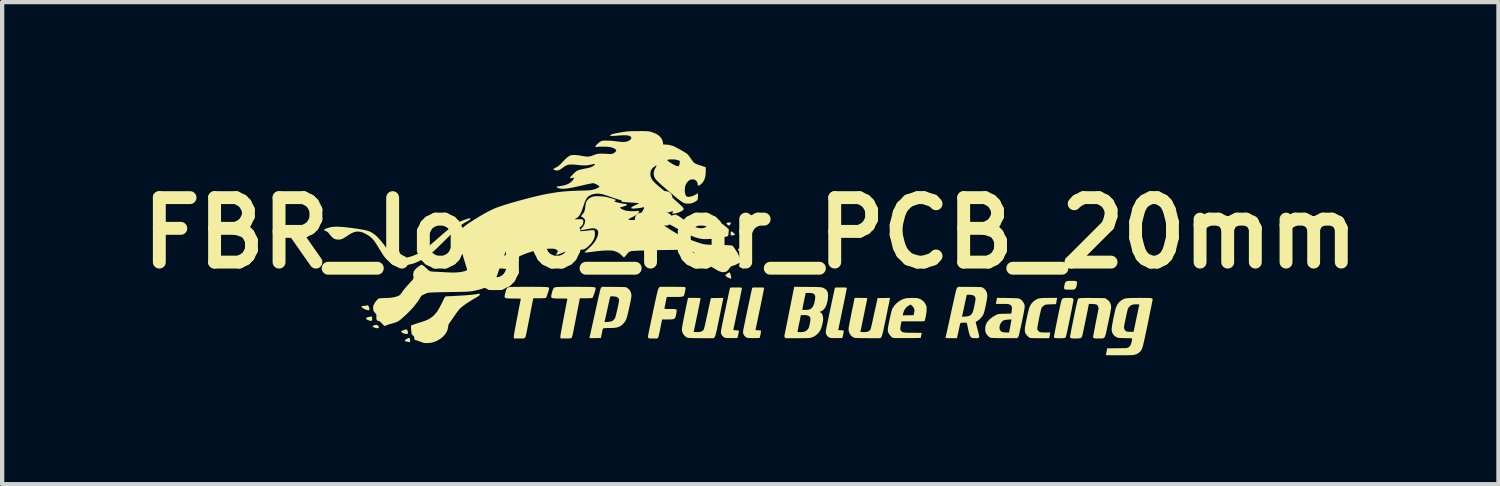
<source format=kicad_pcb>
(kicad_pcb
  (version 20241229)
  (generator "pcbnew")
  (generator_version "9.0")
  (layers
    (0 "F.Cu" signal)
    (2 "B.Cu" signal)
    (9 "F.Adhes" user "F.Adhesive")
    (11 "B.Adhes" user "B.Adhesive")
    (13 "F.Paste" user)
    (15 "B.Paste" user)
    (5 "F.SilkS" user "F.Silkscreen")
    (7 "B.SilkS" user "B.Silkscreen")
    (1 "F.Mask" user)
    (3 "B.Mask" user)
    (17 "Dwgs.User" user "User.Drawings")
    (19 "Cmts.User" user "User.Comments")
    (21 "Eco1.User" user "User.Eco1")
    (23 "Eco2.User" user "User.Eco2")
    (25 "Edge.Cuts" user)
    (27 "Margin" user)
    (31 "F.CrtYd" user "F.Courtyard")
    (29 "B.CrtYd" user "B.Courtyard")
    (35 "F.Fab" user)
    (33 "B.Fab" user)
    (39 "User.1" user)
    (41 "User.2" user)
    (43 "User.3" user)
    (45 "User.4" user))
  (footprint "FBR_logo_for_PCB_20mm"
    (layer "F.Cu")
    (at 14.407 2.37)
    (property "Reference" "FBR_logo_for_PCB_20mm" (at 0 0 0) (layer "F.SilkS") (effects (font (size 1.5 1.5) (thickness 0.3))))
    (attr board_only exclude_from_pos_files exclude_from_bom)
    (fp_poly (pts (xy -0.467 -0.244) (xy -0.453 -0.238) (xy -0.452 -0.226) (xy -0.462 -0.205) (xy -0.466 -0.199) (xy -0.48 -0.18) (xy -0.492 -0.173) (xy -0.507 -0.176) (xy -0.521 -0.184) (xy -0.539 -0.198) (xy -0.552 -0.212) (xy -0.553 -0.213) (xy -0.555 -0.226) (xy -0.547 -0.235) (xy -0.526 -0.241) (xy -0.494 -0.244)) (stroke (width 0) (type solid)) (fill yes) (layer "F.SilkS"))
    (fp_poly (pts (xy -8.69 2.141) (xy -8.664 2.152) (xy -8.648 2.171) (xy -8.642 2.194) (xy -8.642 2.199) (xy -8.651 2.212) (xy -8.67 2.217) (xy -8.699 2.215) (xy -8.736 2.205) (xy -8.759 2.196) (xy -8.777 2.188) (xy -8.783 2.184) (xy -8.787 2.173) (xy -8.778 2.161) (xy -8.762 2.151) (xy -8.739 2.144) (xy -8.714 2.14)) (stroke (width 0) (type solid)) (fill yes) (layer "F.SilkS"))
    (fp_poly (pts (xy -0.191 0.7) (xy -0.179 0.717) (xy -0.165 0.745) (xy -0.162 0.752) (xy -0.147 0.789) (xy -0.14 0.814) (xy -0.143 0.828) (xy -0.156 0.832) (xy -0.179 0.826) (xy -0.213 0.81) (xy -0.215 0.809) (xy -0.245 0.792) (xy -0.261 0.775) (xy -0.264 0.759) (xy -0.255 0.739) (xy -0.236 0.719) (xy -0.218 0.703) (xy -0.203 0.696)) (stroke (width 0) (type solid)) (fill yes) (layer "F.SilkS"))
    (fp_poly (pts (xy -8.799 1.972) (xy -8.798 1.995) (xy -8.8 2.019) (xy -8.806 2.037) (xy -8.814 2.047) (xy -8.815 2.047) (xy -8.825 2.046) (xy -8.845 2.042) (xy -8.861 2.039) (xy -8.894 2.028) (xy -8.921 2.014) (xy -8.938 1.998) (xy -8.942 1.989) (xy -8.937 1.979) (xy -8.92 1.969) (xy -8.896 1.959) (xy -8.865 1.952) (xy -8.843 1.948) (xy -8.804 1.945)) (stroke (width 0) (type solid)) (fill yes) (layer "F.SilkS"))
    (fp_poly (pts (xy -0.239 0.366) (xy -0.213 0.368) (xy -0.189 0.371) (xy -0.171 0.375) (xy -0.165 0.378) (xy -0.165 0.388) (xy -0.173 0.402) (xy -0.189 0.419) (xy -0.207 0.434) (xy -0.225 0.445) (xy -0.24 0.45) (xy -0.249 0.444) (xy -0.262 0.43) (xy -0.268 0.42) (xy -0.283 0.395) (xy -0.287 0.378) (xy -0.28 0.368) (xy -0.275 0.366) (xy -0.261 0.365)) (stroke (width 0) (type solid)) (fill yes) (layer "F.SilkS"))
    (fp_poly (pts (xy -7.927 2.445) (xy -7.924 2.447) (xy -7.919 2.458) (xy -7.916 2.478) (xy -7.915 2.501) (xy -7.916 2.522) (xy -7.919 2.537) (xy -7.922 2.54) (xy -7.933 2.54) (xy -7.953 2.536) (xy -7.98 2.531) (xy -7.985 2.53) (xy -8.017 2.522) (xy -8.035 2.513) (xy -8.039 2.503) (xy -8.029 2.49) (xy -8.007 2.473) (xy -8.004 2.472) (xy -7.97 2.451) (xy -7.944 2.442)) (stroke (width 0) (type solid)) (fill yes) (layer "F.SilkS"))
    (fp_poly (pts (xy -0.426 -0.029) (xy -0.412 -0.02) (xy -0.394 -0.005) (xy -0.376 0.012) (xy -0.361 0.027) (xy -0.354 0.037) (xy -0.354 0.038) (xy -0.36 0.043) (xy -0.377 0.049) (xy -0.399 0.054) (xy -0.422 0.057) (xy -0.441 0.057) (xy -0.452 0.055) (xy -0.452 0.055) (xy -0.455 0.044) (xy -0.457 0.025) (xy -0.457 0.002) (xy -0.455 -0.019) (xy -0.451 -0.031) (xy -0.45 -0.033) (xy -0.439 -0.033)) (stroke (width 0) (type solid)) (fill yes) (layer "F.SilkS"))
    (fp_poly (pts (xy -7.989 2.248) (xy -7.98 2.264) (xy -7.972 2.287) (xy -7.966 2.31) (xy -7.964 2.329) (xy -7.964 2.335) (xy -7.973 2.345) (xy -7.993 2.35) (xy -8.021 2.349) (xy -8.047 2.344) (xy -8.071 2.335) (xy -8.094 2.323) (xy -8.113 2.308) (xy -8.124 2.295) (xy -8.125 2.29) (xy -8.119 2.284) (xy -8.102 2.275) (xy -8.078 2.265) (xy -8.052 2.256) (xy -8.026 2.248) (xy -8.006 2.242) (xy -7.996 2.241)) (stroke (width 0) (type solid)) (fill yes) (layer "F.SilkS"))
    (fp_poly (pts (xy -0.483 0.917) (xy -0.475 0.927) (xy -0.465 0.948) (xy -0.456 0.977) (xy -0.449 1.011) (xy -0.446 1.028) (xy -0.443 1.049) (xy -0.445 1.059) (xy -0.452 1.062) (xy -0.455 1.062) (xy -0.469 1.059) (xy -0.491 1.05) (xy -0.514 1.04) (xy -0.549 1.02) (xy -0.571 1.003) (xy -0.579 0.989) (xy -0.575 0.977) (xy -0.56 0.962) (xy -0.54 0.947) (xy -0.518 0.932) (xy -0.499 0.921) (xy -0.485 0.917)) (stroke (width 0) (type solid)) (fill yes) (layer "F.SilkS"))
    (fp_poly (pts (xy -8.899 1.685) (xy -8.889 1.694) (xy -8.878 1.714) (xy -8.869 1.739) (xy -8.863 1.764) (xy -8.862 1.778) (xy -8.864 1.791) (xy -8.872 1.798) (xy -8.888 1.798) (xy -8.915 1.792) (xy -8.929 1.788) (xy -8.964 1.776) (xy -8.996 1.761) (xy -9.022 1.743) (xy -9.039 1.727) (xy -9.046 1.711) (xy -9.044 1.704) (xy -9.034 1.7) (xy -9.015 1.698) (xy -8.997 1.697) (xy -8.969 1.696) (xy -8.944 1.692) (xy -8.933 1.689) (xy -8.914 1.684)) (stroke (width 0) (type solid)) (fill yes) (layer "F.SilkS"))
    (fp_poly (pts (xy 7.554 1.116) (xy 7.579 1.121) (xy 7.595 1.132) (xy 7.601 1.149) (xy 7.601 1.175) (xy 7.595 1.21) (xy 7.591 1.231) (xy 7.582 1.262) (xy 7.572 1.284) (xy 7.558 1.299) (xy 7.548 1.308) (xy 7.539 1.313) (xy 7.527 1.317) (xy 7.51 1.319) (xy 7.485 1.32) (xy 7.449 1.32) (xy 7.434 1.32) (xy 7.39 1.319) (xy 7.36 1.318) (xy 7.338 1.316) (xy 7.324 1.312) (xy 7.315 1.308) (xy 7.305 1.299) (xy 7.3 1.289) (xy 7.3 1.272) (xy 7.302 1.254) (xy 7.309 1.213) (xy 7.319 1.175) (xy 7.333 1.146) (xy 7.345 1.131) (xy 7.353 1.125) (xy 7.364 1.121) (xy 7.381 1.118) (xy 7.407 1.117) (xy 7.444 1.115) (xy 7.467 1.115) (xy 7.517 1.114)) (stroke (width 0) (type solid)) (fill yes) (layer "F.SilkS"))
    (fp_poly (pts (xy 7.385 1.511) (xy 7.388 1.511) (xy 7.429 1.512) (xy 7.459 1.512) (xy 7.479 1.514) (xy 7.492 1.517) (xy 7.5 1.521) (xy 7.506 1.526) (xy 7.517 1.542) (xy 7.52 1.555) (xy 7.519 1.565) (xy 7.515 1.588) (xy 7.508 1.622) (xy 7.5 1.666) (xy 7.49 1.717) (xy 7.479 1.775) (xy 7.466 1.837) (xy 7.453 1.902) (xy 7.44 1.969) (xy 7.426 2.035) (xy 7.413 2.099) (xy 7.4 2.16) (xy 7.389 2.215) (xy 7.379 2.263) (xy 7.37 2.303) (xy 7.365 2.325) (xy 7.356 2.362) (xy 7.347 2.395) (xy 7.339 2.419) (xy 7.332 2.433) (xy 7.331 2.434) (xy 7.325 2.439) (xy 7.317 2.443) (xy 7.303 2.445) (xy 7.282 2.447) (xy 7.251 2.448) (xy 7.207 2.448) (xy 7.199 2.448) (xy 7.154 2.448) (xy 7.12 2.447) (xy 7.097 2.445) (xy 7.083 2.443) (xy 7.074 2.439) (xy 7.07 2.436) (xy 7.068 2.431) (xy 7.067 2.421) (xy 7.067 2.407) (xy 7.07 2.385) (xy 7.075 2.354) (xy 7.083 2.314) (xy 7.093 2.262) (xy 7.104 2.206) (xy 7.118 2.135) (xy 7.134 2.056) (xy 7.151 1.972) (xy 7.168 1.889) (xy 7.184 1.813) (xy 7.193 1.77) (xy 7.208 1.702) (xy 7.219 1.647) (xy 7.23 1.604) (xy 7.24 1.571) (xy 7.25 1.547) (xy 7.263 1.53) (xy 7.278 1.52) (xy 7.296 1.514) (xy 7.32 1.512) (xy 7.349 1.511)) (stroke (width 0) (type solid)) (fill yes) (layer "F.SilkS"))
    (fp_poly (pts (xy -0.283 1.268) (xy -0.245 1.269) (xy -0.219 1.271) (xy -0.203 1.273) (xy -0.196 1.276) (xy -0.195 1.277) (xy -0.196 1.286) (xy -0.2 1.308) (xy -0.206 1.342) (xy -0.215 1.386) (xy -0.226 1.441) (xy -0.238 1.503) (xy -0.253 1.573) (xy -0.268 1.649) (xy -0.285 1.73) (xy -0.294 1.773) (xy -0.396 2.26) (xy -0.332 2.264) (xy -0.302 2.266) (xy -0.283 2.268) (xy -0.273 2.271) (xy -0.269 2.277) (xy -0.267 2.286) (xy -0.268 2.301) (xy -0.272 2.326) (xy -0.278 2.357) (xy -0.282 2.374) (xy -0.299 2.444) (xy -0.432 2.446) (xy -0.485 2.446) (xy -0.527 2.445) (xy -0.557 2.444) (xy -0.579 2.441) (xy -0.594 2.437) (xy -0.627 2.418) (xy -0.656 2.389) (xy -0.676 2.353) (xy -0.679 2.344) (xy -0.683 2.327) (xy -0.685 2.308) (xy -0.683 2.285) (xy -0.678 2.252) (xy -0.676 2.241) (xy -0.673 2.224) (xy -0.667 2.195) (xy -0.659 2.154) (xy -0.649 2.104) (xy -0.636 2.045) (xy -0.623 1.981) (xy -0.608 1.911) (xy -0.593 1.838) (xy -0.577 1.764) (xy -0.562 1.69) (xy -0.546 1.617) (xy -0.531 1.547) (xy -0.517 1.482) (xy -0.505 1.423) (xy -0.494 1.373) (xy -0.485 1.332) (xy -0.478 1.302) (xy -0.474 1.285) (xy -0.473 1.279) (xy -0.469 1.275) (xy -0.462 1.272) (xy -0.449 1.27) (xy -0.428 1.269) (xy -0.397 1.268) (xy -0.354 1.268) (xy -0.334 1.268)) (stroke (width 0) (type solid)) (fill yes) (layer "F.SilkS"))
    (fp_poly (pts (xy 0.233 1.268) (xy 0.271 1.269) (xy 0.297 1.271) (xy 0.313 1.273) (xy 0.32 1.276) (xy 0.321 1.277) (xy 0.32 1.286) (xy 0.316 1.308) (xy 0.31 1.342) (xy 0.301 1.386) (xy 0.29 1.441) (xy 0.278 1.503) (xy 0.263 1.573) (xy 0.248 1.649) (xy 0.231 1.73) (xy 0.222 1.773) (xy 0.12 2.26) (xy 0.184 2.264) (xy 0.214 2.266) (xy 0.233 2.268) (xy 0.243 2.271) (xy 0.247 2.277) (xy 0.249 2.286) (xy 0.248 2.301) (xy 0.244 2.326) (xy 0.238 2.357) (xy 0.234 2.374) (xy 0.217 2.444) (xy 0.085 2.446) (xy 0.031 2.446) (xy -0.01 2.445) (xy -0.041 2.444) (xy -0.063 2.441) (xy -0.077 2.437) (xy -0.111 2.418) (xy -0.14 2.389) (xy -0.16 2.353) (xy -0.163 2.344) (xy -0.167 2.327) (xy -0.169 2.308) (xy -0.167 2.285) (xy -0.162 2.252) (xy -0.16 2.241) (xy -0.157 2.224) (xy -0.151 2.195) (xy -0.143 2.154) (xy -0.132 2.104) (xy -0.12 2.045) (xy -0.107 1.981) (xy -0.092 1.911) (xy -0.077 1.838) (xy -0.061 1.764) (xy -0.046 1.69) (xy -0.03 1.617) (xy -0.015 1.547) (xy -0.001 1.482) (xy 0.011 1.423) (xy 0.022 1.373) (xy 0.031 1.332) (xy 0.038 1.302) (xy 0.042 1.285) (xy 0.044 1.279) (xy 0.047 1.275) (xy 0.054 1.272) (xy 0.068 1.27) (xy 0.089 1.269) (xy 0.119 1.268) (xy 0.162 1.268) (xy 0.182 1.268)) (stroke (width 0) (type solid)) (fill yes) (layer "F.SilkS"))
    (fp_poly (pts (xy 2.157 1.268) (xy 2.195 1.269) (xy 2.222 1.271) (xy 2.237 1.273) (xy 2.244 1.276) (xy 2.245 1.277) (xy 2.244 1.286) (xy 2.24 1.308) (xy 2.234 1.342) (xy 2.225 1.386) (xy 2.215 1.441) (xy 2.202 1.503) (xy 2.188 1.573) (xy 2.172 1.649) (xy 2.155 1.73) (xy 2.146 1.773) (xy 2.045 2.26) (xy 2.108 2.264) (xy 2.139 2.266) (xy 2.157 2.268) (xy 2.167 2.271) (xy 2.172 2.277) (xy 2.173 2.286) (xy 2.172 2.301) (xy 2.168 2.326) (xy 2.162 2.357) (xy 2.158 2.374) (xy 2.141 2.444) (xy 2.009 2.446) (xy 1.955 2.446) (xy 1.914 2.445) (xy 1.883 2.444) (xy 1.861 2.441) (xy 1.847 2.437) (xy 1.813 2.418) (xy 1.784 2.389) (xy 1.764 2.353) (xy 1.761 2.344) (xy 1.757 2.327) (xy 1.756 2.308) (xy 1.757 2.285) (xy 1.762 2.252) (xy 1.764 2.241) (xy 1.767 2.224) (xy 1.773 2.195) (xy 1.781 2.154) (xy 1.792 2.104) (xy 1.804 2.045) (xy 1.818 1.981) (xy 1.832 1.911) (xy 1.847 1.838) (xy 1.863 1.764) (xy 1.879 1.69) (xy 1.894 1.617) (xy 1.909 1.547) (xy 1.923 1.482) (xy 1.936 1.423) (xy 1.947 1.373) (xy 1.955 1.332) (xy 1.962 1.302) (xy 1.966 1.285) (xy 1.968 1.279) (xy 1.971 1.275) (xy 1.979 1.272) (xy 1.992 1.27) (xy 2.013 1.269) (xy 2.044 1.268) (xy 2.087 1.268) (xy 2.106 1.268)) (stroke (width 0) (type solid)) (fill yes) (layer "F.SilkS"))
    (fp_poly (pts (xy -1.693 -0.407) (xy -1.678 -0.399) (xy -1.663 -0.39) (xy -1.646 -0.379) (xy -1.626 -0.366) (xy -1.601 -0.348) (xy -1.569 -0.325) (xy -1.529 -0.297) (xy -1.48 -0.261) (xy -1.445 -0.236) (xy -1.376 -0.189) (xy -1.315 -0.153) (xy -1.258 -0.128) (xy -1.205 -0.114) (xy -1.155 -0.109) (xy -1.12 -0.111) (xy -1.086 -0.117) (xy -1.051 -0.128) (xy -1.014 -0.144) (xy -0.97 -0.167) (xy -0.923 -0.194) (xy -0.878 -0.222) (xy -0.843 -0.242) (xy -0.817 -0.255) (xy -0.797 -0.264) (xy -0.781 -0.268) (xy -0.767 -0.268) (xy -0.753 -0.265) (xy -0.75 -0.264) (xy -0.724 -0.253) (xy -0.691 -0.234) (xy -0.652 -0.21) (xy -0.613 -0.182) (xy -0.576 -0.152) (xy -0.547 -0.127) (xy -0.499 -0.083) (xy -0.505 -0.018) (xy -0.508 0.018) (xy -0.511 0.044) (xy -0.517 0.062) (xy -0.529 0.074) (xy -0.547 0.082) (xy -0.575 0.089) (xy -0.614 0.096) (xy -0.624 0.098) (xy -0.67 0.107) (xy -0.72 0.115) (xy -0.766 0.123) (xy -0.804 0.129) (xy -0.842 0.133) (xy -0.888 0.137) (xy -0.939 0.14) (xy -0.989 0.142) (xy -1.036 0.143) (xy -1.076 0.143) (xy -1.099 0.142) (xy -1.16 0.133) (xy -1.225 0.119) (xy -1.295 0.097) (xy -1.37 0.068) (xy -1.452 0.032) (xy -1.542 -0.013) (xy -1.641 -0.067) (xy -1.681 -0.09) (xy -1.727 -0.116) (xy -1.773 -0.142) (xy -1.817 -0.166) (xy -1.854 -0.187) (xy -1.882 -0.202) (xy -1.884 -0.203) (xy -1.93 -0.229) (xy -1.974 -0.255) (xy -2.013 -0.28) (xy -2.043 -0.302) (xy -2.055 -0.312) (xy -2.07 -0.328) (xy -2.071 -0.339) (xy -2.058 -0.345) (xy -2.033 -0.347) (xy -2.002 -0.35) (xy -1.961 -0.36) (xy -1.91 -0.377) (xy -1.872 -0.39) (xy -1.834 -0.402) (xy -1.801 -0.413) (xy -1.781 -0.418) (xy -1.737 -0.43)) (stroke (width 0) (type solid)) (fill yes) (layer "F.SilkS"))
    (fp_poly (pts (xy 7.135 1.528) (xy 7.132 1.543) (xy 7.127 1.568) (xy 7.123 1.597) (xy 7.122 1.601) (xy 7.113 1.657) (xy 6.994 1.66) (xy 6.947 1.662) (xy 6.912 1.664) (xy 6.886 1.666) (xy 6.868 1.67) (xy 6.854 1.674) (xy 6.85 1.677) (xy 6.812 1.702) (xy 6.784 1.733) (xy 6.774 1.75) (xy 6.769 1.765) (xy 6.762 1.792) (xy 6.753 1.829) (xy 6.743 1.873) (xy 6.732 1.922) (xy 6.721 1.974) (xy 6.711 2.028) (xy 6.701 2.08) (xy 6.692 2.128) (xy 6.685 2.171) (xy 6.679 2.205) (xy 6.677 2.23) (xy 6.676 2.242) (xy 6.687 2.263) (xy 6.706 2.285) (xy 6.73 2.303) (xy 6.737 2.307) (xy 6.751 2.31) (xy 6.778 2.313) (xy 6.816 2.315) (xy 6.863 2.315) (xy 6.865 2.315) (xy 6.977 2.315) (xy 6.972 2.354) (xy 6.967 2.383) (xy 6.962 2.411) (xy 6.959 2.42) (xy 6.952 2.448) (xy 6.733 2.448) (xy 6.67 2.448) (xy 6.62 2.447) (xy 6.581 2.447) (xy 6.551 2.446) (xy 6.53 2.445) (xy 6.515 2.443) (xy 6.504 2.44) (xy 6.496 2.436) (xy 6.492 2.434) (xy 6.474 2.421) (xy 6.453 2.401) (xy 6.443 2.39) (xy 6.425 2.37) (xy 6.411 2.351) (xy 6.4 2.33) (xy 6.392 2.308) (xy 6.388 2.282) (xy 6.387 2.252) (xy 6.389 2.215) (xy 6.395 2.171) (xy 6.404 2.119) (xy 6.416 2.055) (xy 6.432 1.981) (xy 6.451 1.893) (xy 6.466 1.831) (xy 6.478 1.781) (xy 6.49 1.741) (xy 6.503 1.709) (xy 6.516 1.681) (xy 6.532 1.657) (xy 6.552 1.632) (xy 6.565 1.617) (xy 6.59 1.593) (xy 6.619 1.57) (xy 6.637 1.558) (xy 6.66 1.545) (xy 6.683 1.534) (xy 6.708 1.526) (xy 6.736 1.52) (xy 6.769 1.516) (xy 6.81 1.513) (xy 6.862 1.512) (xy 6.925 1.512) (xy 6.951 1.511) (xy 7.139 1.511)) (stroke (width 0) (type solid)) (fill yes) (layer "F.SilkS"))
    (fp_poly (pts (xy -0.63 1.528) (xy -0.633 1.539) (xy -0.637 1.562) (xy -0.645 1.597) (xy -0.654 1.641) (xy -0.664 1.693) (xy -0.676 1.75) (xy -0.688 1.812) (xy -0.689 1.817) (xy -0.711 1.925) (xy -0.73 2.018) (xy -0.747 2.099) (xy -0.762 2.169) (xy -0.774 2.228) (xy -0.785 2.277) (xy -0.795 2.317) (xy -0.803 2.349) (xy -0.81 2.375) (xy -0.816 2.394) (xy -0.822 2.408) (xy -0.827 2.419) (xy -0.832 2.426) (xy -0.834 2.428) (xy -0.854 2.448) (xy -1.144 2.448) (xy -1.224 2.447) (xy -1.289 2.447) (xy -1.343 2.446) (xy -1.385 2.445) (xy -1.417 2.443) (xy -1.44 2.442) (xy -1.455 2.439) (xy -1.461 2.438) (xy -1.504 2.415) (xy -1.54 2.381) (xy -1.569 2.339) (xy -1.587 2.291) (xy -1.592 2.245) (xy -1.591 2.225) (xy -1.586 2.19) (xy -1.578 2.143) (xy -1.567 2.083) (xy -1.553 2.01) (xy -1.537 1.926) (xy -1.517 1.831) (xy -1.496 1.726) (xy -1.474 1.624) (xy -1.45 1.511) (xy -1.304 1.511) (xy -1.254 1.512) (xy -1.217 1.512) (xy -1.19 1.513) (xy -1.173 1.514) (xy -1.163 1.516) (xy -1.159 1.52) (xy -1.158 1.524) (xy -1.158 1.524) (xy -1.159 1.534) (xy -1.164 1.556) (xy -1.17 1.591) (xy -1.179 1.635) (xy -1.19 1.689) (xy -1.202 1.749) (xy -1.216 1.816) (xy -1.231 1.888) (xy -1.238 1.921) (xy -1.317 2.304) (xy -1.252 2.306) (xy -1.201 2.306) (xy -1.161 2.3) (xy -1.13 2.289) (xy -1.105 2.272) (xy -1.102 2.268) (xy -1.097 2.263) (xy -1.092 2.259) (xy -1.088 2.254) (xy -1.084 2.247) (xy -1.08 2.238) (xy -1.076 2.224) (xy -1.071 2.206) (xy -1.064 2.181) (xy -1.057 2.15) (xy -1.048 2.109) (xy -1.036 2.059) (xy -1.023 1.999) (xy -1.007 1.927) (xy -0.989 1.841) (xy -0.982 1.81) (xy -0.917 1.515) (xy -0.772 1.513) (xy -0.626 1.511)) (stroke (width 0) (type solid)) (fill yes) (layer "F.SilkS"))
    (fp_poly (pts (xy 3.248 1.528) (xy 3.246 1.539) (xy 3.241 1.562) (xy 3.234 1.597) (xy 3.225 1.641) (xy 3.214 1.693) (xy 3.202 1.75) (xy 3.19 1.812) (xy 3.189 1.817) (xy 3.167 1.925) (xy 3.148 2.018) (xy 3.131 2.099) (xy 3.116 2.169) (xy 3.104 2.228) (xy 3.093 2.277) (xy 3.083 2.317) (xy 3.075 2.349) (xy 3.068 2.375) (xy 3.062 2.394) (xy 3.056 2.408) (xy 3.051 2.419) (xy 3.046 2.426) (xy 3.044 2.428) (xy 3.024 2.448) (xy 2.734 2.448) (xy 2.655 2.447) (xy 2.589 2.447) (xy 2.535 2.446) (xy 2.493 2.445) (xy 2.461 2.443) (xy 2.438 2.442) (xy 2.423 2.439) (xy 2.417 2.438) (xy 2.374 2.415) (xy 2.338 2.381) (xy 2.31 2.339) (xy 2.292 2.291) (xy 2.286 2.245) (xy 2.287 2.225) (xy 2.292 2.19) (xy 2.3 2.143) (xy 2.311 2.083) (xy 2.325 2.01) (xy 2.342 1.926) (xy 2.361 1.831) (xy 2.383 1.726) (xy 2.404 1.624) (xy 2.428 1.511) (xy 2.574 1.511) (xy 2.624 1.512) (xy 2.662 1.512) (xy 2.688 1.513) (xy 2.705 1.514) (xy 2.715 1.516) (xy 2.719 1.52) (xy 2.72 1.524) (xy 2.72 1.524) (xy 2.719 1.534) (xy 2.715 1.556) (xy 2.708 1.591) (xy 2.699 1.635) (xy 2.688 1.689) (xy 2.676 1.749) (xy 2.662 1.816) (xy 2.647 1.888) (xy 2.64 1.921) (xy 2.561 2.304) (xy 2.626 2.306) (xy 2.677 2.306) (xy 2.717 2.3) (xy 2.748 2.289) (xy 2.773 2.272) (xy 2.776 2.268) (xy 2.782 2.263) (xy 2.786 2.259) (xy 2.79 2.254) (xy 2.794 2.247) (xy 2.798 2.238) (xy 2.802 2.224) (xy 2.807 2.206) (xy 2.814 2.181) (xy 2.821 2.15) (xy 2.831 2.109) (xy 2.842 2.059) (xy 2.855 1.999) (xy 2.871 1.927) (xy 2.89 1.841) (xy 2.897 1.81) (xy 2.961 1.515) (xy 3.107 1.513) (xy 3.252 1.511)) (stroke (width 0) (type solid)) (fill yes) (layer "F.SilkS"))
    (fp_poly (pts (xy -1.743 1.253) (xy -1.682 1.254) (xy -1.633 1.254) (xy -1.596 1.255) (xy -1.567 1.256) (xy -1.546 1.257) (xy -1.532 1.259) (xy -1.522 1.261) (xy -1.517 1.264) (xy -1.516 1.265) (xy -1.507 1.275) (xy -1.504 1.278) (xy -1.506 1.291) (xy -1.51 1.315) (xy -1.515 1.344) (xy -1.522 1.376) (xy -1.529 1.407) (xy -1.535 1.432) (xy -1.54 1.449) (xy -1.541 1.453) (xy -1.549 1.464) (xy -1.559 1.472) (xy -1.574 1.479) (xy -1.595 1.483) (xy -1.624 1.486) (xy -1.664 1.488) (xy -1.714 1.489) (xy -1.772 1.489) (xy -1.944 1.489) (xy -1.971 1.62) (xy -1.98 1.663) (xy -1.987 1.7) (xy -1.993 1.731) (xy -1.997 1.752) (xy -1.998 1.76) (xy -1.995 1.764) (xy -1.983 1.766) (xy -1.961 1.768) (xy -1.928 1.769) (xy -1.883 1.77) (xy -1.867 1.77) (xy -1.814 1.769) (xy -1.774 1.77) (xy -1.745 1.773) (xy -1.727 1.778) (xy -1.716 1.787) (xy -1.713 1.802) (xy -1.714 1.823) (xy -1.718 1.851) (xy -1.721 1.87) (xy -1.729 1.914) (xy -1.737 1.948) (xy -1.748 1.973) (xy -1.762 1.991) (xy -1.783 2.002) (xy -1.811 2.009) (xy -1.85 2.012) (xy -1.9 2.013) (xy -1.93 2.013) (xy -2.053 2.013) (xy -2.093 2.214) (xy -2.106 2.281) (xy -2.118 2.336) (xy -2.127 2.377) (xy -2.135 2.407) (xy -2.142 2.427) (xy -2.147 2.435) (xy -2.162 2.455) (xy -2.264 2.455) (xy -2.305 2.455) (xy -2.334 2.454) (xy -2.352 2.453) (xy -2.364 2.45) (xy -2.37 2.446) (xy -2.374 2.441) (xy -2.38 2.423) (xy -2.381 2.413) (xy -2.38 2.402) (xy -2.376 2.378) (xy -2.369 2.342) (xy -2.36 2.296) (xy -2.349 2.242) (xy -2.336 2.18) (xy -2.322 2.112) (xy -2.307 2.041) (xy -2.291 1.966) (xy -2.275 1.889) (xy -2.259 1.813) (xy -2.243 1.738) (xy -2.228 1.665) (xy -2.213 1.597) (xy -2.199 1.535) (xy -2.187 1.479) (xy -2.176 1.432) (xy -2.174 1.423) (xy -2.162 1.374) (xy -2.153 1.337) (xy -2.145 1.311) (xy -2.137 1.292) (xy -2.13 1.279) (xy -2.125 1.274) (xy -2.106 1.253) (xy -1.817 1.253)) (stroke (width 0) (type solid)) (fill yes) (layer "F.SilkS"))
    (fp_poly (pts (xy -6.298 1.418) (xy -6.296 1.42) (xy -6.292 1.433) (xy -6.3 1.448) (xy -6.321 1.467) (xy -6.355 1.489) (xy -6.357 1.49) (xy -6.453 1.546) (xy -6.535 1.597) (xy -6.606 1.642) (xy -6.664 1.684) (xy -6.712 1.721) (xy -6.749 1.755) (xy -6.758 1.764) (xy -6.78 1.789) (xy -6.806 1.822) (xy -6.836 1.861) (xy -6.866 1.903) (xy -6.886 1.932) (xy -6.913 1.971) (xy -6.939 2.01) (xy -6.963 2.044) (xy -6.983 2.072) (xy -6.994 2.087) (xy -7.01 2.11) (xy -7.02 2.128) (xy -7.026 2.149) (xy -7.029 2.178) (xy -7.029 2.182) (xy -7.041 2.243) (xy -7.066 2.304) (xy -7.104 2.361) (xy -7.151 2.413) (xy -7.209 2.46) (xy -7.273 2.5) (xy -7.345 2.531) (xy -7.397 2.547) (xy -7.444 2.556) (xy -7.492 2.561) (xy -7.539 2.563) (xy -7.579 2.56) (xy -7.602 2.556) (xy -7.624 2.548) (xy -7.655 2.538) (xy -7.688 2.526) (xy -7.697 2.522) (xy -7.729 2.511) (xy -7.758 2.501) (xy -7.781 2.494) (xy -7.786 2.493) (xy -7.801 2.489) (xy -7.809 2.482) (xy -7.814 2.469) (xy -7.817 2.448) (xy -7.822 2.42) (xy -7.831 2.401) (xy -7.843 2.388) (xy -7.859 2.375) (xy -7.872 2.367) (xy -7.874 2.366) (xy -7.877 2.358) (xy -7.881 2.338) (xy -7.885 2.311) (xy -7.888 2.278) (xy -7.891 2.244) (xy -7.893 2.211) (xy -7.894 2.182) (xy -7.893 2.162) (xy -7.891 2.153) (xy -7.884 2.149) (xy -7.867 2.142) (xy -7.838 2.132) (xy -7.798 2.119) (xy -7.746 2.102) (xy -7.681 2.081) (xy -7.629 2.065) (xy -7.555 2.039) (xy -7.494 2.012) (xy -7.441 1.982) (xy -7.394 1.946) (xy -7.35 1.904) (xy -7.34 1.893) (xy -7.315 1.864) (xy -7.292 1.835) (xy -7.27 1.803) (xy -7.248 1.767) (xy -7.224 1.724) (xy -7.197 1.672) (xy -7.169 1.617) (xy -7.146 1.57) (xy -7.128 1.534) (xy -7.115 1.509) (xy -7.104 1.492) (xy -7.096 1.482) (xy -7.089 1.477) (xy -7.083 1.475) (xy -7.079 1.475) (xy -7.06 1.474) (xy -7.029 1.473) (xy -6.989 1.471) (xy -6.941 1.469) (xy -6.888 1.466) (xy -6.834 1.463) (xy -6.78 1.46) (xy -6.729 1.457) (xy -6.683 1.454) (xy -6.647 1.452) (xy -6.591 1.448) (xy -6.533 1.442) (xy -6.477 1.437) (xy -6.426 1.431) (xy -6.381 1.425) (xy -6.347 1.419) (xy -6.332 1.416) (xy -6.31 1.413)) (stroke (width 0) (type solid)) (fill yes) (layer "F.SilkS"))
    (fp_poly (pts (xy 7.862 1.512) (xy 7.934 1.513) (xy 7.96 1.513) (xy 8.247 1.515) (xy 8.286 1.537) (xy 8.331 1.57) (xy 8.365 1.611) (xy 8.387 1.662) (xy 8.394 1.7) (xy 8.395 1.711) (xy 8.396 1.724) (xy 8.394 1.74) (xy 8.392 1.761) (xy 8.388 1.787) (xy 8.382 1.819) (xy 8.375 1.86) (xy 8.365 1.909) (xy 8.353 1.969) (xy 8.338 2.039) (xy 8.32 2.122) (xy 8.305 2.193) (xy 8.291 2.262) (xy 8.279 2.317) (xy 8.268 2.361) (xy 8.258 2.394) (xy 8.248 2.418) (xy 8.235 2.435) (xy 8.221 2.446) (xy 8.202 2.452) (xy 8.179 2.455) (xy 8.151 2.455) (xy 8.115 2.455) (xy 8.108 2.455) (xy 8.06 2.455) (xy 8.025 2.453) (xy 8.001 2.449) (xy 7.986 2.443) (xy 7.979 2.434) (xy 7.976 2.422) (xy 7.976 2.418) (xy 7.977 2.407) (xy 7.981 2.383) (xy 7.988 2.348) (xy 7.996 2.303) (xy 8.006 2.25) (xy 8.018 2.19) (xy 8.03 2.125) (xy 8.04 2.073) (xy 8.105 1.747) (xy 8.092 1.714) (xy 8.082 1.691) (xy 8.069 1.676) (xy 8.052 1.665) (xy 8.027 1.658) (xy 7.992 1.655) (xy 7.96 1.653) (xy 7.878 1.65) (xy 7.864 1.719) (xy 7.857 1.756) (xy 7.848 1.801) (xy 7.837 1.855) (xy 7.825 1.913) (xy 7.812 1.976) (xy 7.799 2.04) (xy 7.786 2.104) (xy 7.773 2.166) (xy 7.76 2.225) (xy 7.749 2.278) (xy 7.739 2.323) (xy 7.731 2.359) (xy 7.725 2.384) (xy 7.723 2.394) (xy 7.716 2.416) (xy 7.707 2.431) (xy 7.693 2.442) (xy 7.674 2.449) (xy 7.646 2.453) (xy 7.607 2.455) (xy 7.566 2.455) (xy 7.523 2.455) (xy 7.492 2.454) (xy 7.472 2.452) (xy 7.459 2.449) (xy 7.451 2.444) (xy 7.451 2.444) (xy 7.442 2.428) (xy 7.439 2.412) (xy 7.441 2.4) (xy 7.445 2.376) (xy 7.452 2.341) (xy 7.46 2.296) (xy 7.47 2.243) (xy 7.482 2.184) (xy 7.495 2.121) (xy 7.508 2.054) (xy 7.522 1.987) (xy 7.536 1.919) (xy 7.549 1.854) (xy 7.562 1.792) (xy 7.574 1.735) (xy 7.585 1.685) (xy 7.591 1.66) (xy 7.6 1.62) (xy 7.609 1.585) (xy 7.616 1.558) (xy 7.622 1.541) (xy 7.624 1.537) (xy 7.63 1.531) (xy 7.638 1.525) (xy 7.65 1.521) (xy 7.665 1.518) (xy 7.687 1.515) (xy 7.716 1.514) (xy 7.754 1.513) (xy 7.802 1.512)) (stroke (width 0) (type solid)) (fill yes) (layer "F.SilkS"))
    (fp_poly (pts (xy 5.983 1.513) (xy 6.056 1.514) (xy 6.119 1.516) (xy 6.172 1.518) (xy 6.212 1.52) (xy 6.239 1.522) (xy 6.251 1.525) (xy 6.289 1.544) (xy 6.324 1.575) (xy 6.353 1.614) (xy 6.374 1.657) (xy 6.383 1.694) (xy 6.383 1.707) (xy 6.383 1.723) (xy 6.381 1.743) (xy 6.378 1.769) (xy 6.372 1.801) (xy 6.365 1.842) (xy 6.355 1.891) (xy 6.343 1.95) (xy 6.329 2.02) (xy 6.311 2.103) (xy 6.296 2.175) (xy 6.281 2.241) (xy 6.269 2.294) (xy 6.26 2.336) (xy 6.252 2.368) (xy 6.245 2.392) (xy 6.24 2.409) (xy 6.234 2.42) (xy 6.229 2.428) (xy 6.226 2.431) (xy 6.207 2.448) (xy 5.911 2.447) (xy 5.823 2.447) (xy 5.748 2.446) (xy 5.687 2.445) (xy 5.641 2.443) (xy 5.608 2.441) (xy 5.59 2.439) (xy 5.589 2.438) (xy 5.562 2.424) (xy 5.534 2.4) (xy 5.507 2.369) (xy 5.486 2.336) (xy 5.481 2.328) (xy 5.468 2.283) (xy 5.464 2.231) (xy 5.467 2.202) (xy 5.797 2.202) (xy 5.801 2.239) (xy 5.812 2.264) (xy 5.83 2.286) (xy 5.853 2.301) (xy 5.882 2.31) (xy 5.921 2.314) (xy 5.95 2.315) (xy 6.021 2.315) (xy 6.048 2.17) (xy 6.057 2.125) (xy 6.064 2.085) (xy 6.07 2.052) (xy 6.074 2.029) (xy 6.076 2.018) (xy 6.076 2.017) (xy 6.069 2.014) (xy 6.051 2.013) (xy 6.025 2.014) (xy 5.994 2.017) (xy 5.962 2.02) (xy 5.932 2.025) (xy 5.907 2.03) (xy 5.893 2.035) (xy 5.862 2.055) (xy 5.836 2.086) (xy 5.815 2.122) (xy 5.802 2.162) (xy 5.797 2.202) (xy 5.467 2.202) (xy 5.469 2.178) (xy 5.484 2.126) (xy 5.503 2.087) (xy 5.539 2.038) (xy 5.588 1.991) (xy 5.647 1.948) (xy 5.713 1.911) (xy 5.72 1.907) (xy 5.737 1.899) (xy 5.752 1.893) (xy 5.767 1.889) (xy 5.784 1.886) (xy 5.807 1.884) (xy 5.837 1.882) (xy 5.878 1.881) (xy 5.921 1.88) (xy 6.072 1.876) (xy 6.082 1.809) (xy 6.087 1.764) (xy 6.087 1.73) (xy 6.08 1.704) (xy 6.065 1.685) (xy 6.042 1.67) (xy 6.039 1.668) (xy 6.027 1.662) (xy 6.014 1.658) (xy 6 1.655) (xy 5.98 1.653) (xy 5.953 1.652) (xy 5.917 1.652) (xy 5.869 1.652) (xy 5.859 1.652) (xy 5.712 1.652) (xy 5.717 1.635) (xy 5.72 1.62) (xy 5.724 1.595) (xy 5.729 1.566) (xy 5.73 1.564) (xy 5.739 1.51)) (stroke (width 0) (type solid)) (fill yes) (layer "F.SilkS"))
    (fp_poly (pts (xy 3.812 1.512) (xy 3.854 1.514) (xy 3.886 1.517) (xy 3.899 1.519) (xy 3.958 1.54) (xy 4.01 1.573) (xy 4.053 1.618) (xy 4.081 1.664) (xy 4.091 1.686) (xy 4.098 1.704) (xy 4.101 1.725) (xy 4.102 1.752) (xy 4.102 1.781) (xy 4.1 1.83) (xy 4.092 1.889) (xy 4.08 1.953) (xy 4.066 2.016) (xy 4.058 2.044) (xy 4.056 2.048) (xy 4.052 2.05) (xy 4.044 2.052) (xy 4.03 2.054) (xy 4.01 2.055) (xy 3.982 2.056) (xy 3.944 2.057) (xy 3.895 2.057) (xy 3.834 2.057) (xy 3.786 2.057) (xy 3.518 2.057) (xy 3.511 2.092) (xy 3.5 2.146) (xy 3.493 2.188) (xy 3.49 2.219) (xy 3.49 2.243) (xy 3.495 2.261) (xy 3.504 2.275) (xy 3.517 2.288) (xy 3.517 2.289) (xy 3.53 2.298) (xy 3.544 2.306) (xy 3.561 2.312) (xy 3.582 2.316) (xy 3.611 2.319) (xy 3.647 2.321) (xy 3.694 2.322) (xy 3.753 2.322) (xy 3.792 2.322) (xy 3.844 2.323) (xy 3.891 2.323) (xy 3.931 2.324) (xy 3.961 2.325) (xy 3.981 2.327) (xy 3.988 2.328) (xy 3.988 2.328) (xy 3.987 2.337) (xy 3.982 2.357) (xy 3.976 2.383) (xy 3.975 2.389) (xy 3.962 2.444) (xy 3.645 2.446) (xy 3.558 2.446) (xy 3.484 2.446) (xy 3.425 2.446) (xy 3.379 2.445) (xy 3.345 2.443) (xy 3.324 2.441) (xy 3.314 2.439) (xy 3.288 2.421) (xy 3.261 2.394) (xy 3.236 2.363) (xy 3.218 2.334) (xy 3.218 2.334) (xy 3.21 2.316) (xy 3.204 2.299) (xy 3.201 2.28) (xy 3.199 2.258) (xy 3.2 2.232) (xy 3.204 2.2) (xy 3.211 2.161) (xy 3.22 2.112) (xy 3.232 2.052) (xy 3.248 1.98) (xy 3.253 1.958) (xy 3.262 1.917) (xy 3.547 1.917) (xy 3.673 1.915) (xy 3.8 1.913) (xy 3.809 1.869) (xy 3.814 1.841) (xy 3.818 1.815) (xy 3.819 1.802) (xy 3.814 1.775) (xy 3.801 1.743) (xy 3.782 1.713) (xy 3.76 1.69) (xy 3.755 1.686) (xy 3.728 1.667) (xy 3.698 1.683) (xy 3.649 1.714) (xy 3.61 1.753) (xy 3.58 1.801) (xy 3.559 1.861) (xy 3.551 1.893) (xy 3.547 1.917) (xy 3.262 1.917) (xy 3.268 1.89) (xy 3.281 1.836) (xy 3.293 1.795) (xy 3.303 1.767) (xy 3.308 1.755) (xy 3.355 1.686) (xy 3.411 1.627) (xy 3.475 1.579) (xy 3.544 1.543) (xy 3.607 1.523) (xy 3.635 1.518) (xy 3.673 1.515) (xy 3.718 1.513) (xy 3.766 1.512)) (stroke (width 0) (type solid)) (fill yes) (layer "F.SilkS"))
    (fp_poly (pts (xy -5.072 1.253) (xy -4.989 1.254) (xy -4.919 1.254) (xy -4.86 1.255) (xy -4.812 1.256) (xy -4.773 1.257) (xy -4.743 1.259) (xy -4.721 1.262) (xy -4.704 1.265) (xy -4.693 1.269) (xy -4.687 1.274) (xy -4.683 1.28) (xy -4.682 1.286) (xy -4.682 1.292) (xy -4.684 1.308) (xy -4.691 1.334) (xy -4.7 1.366) (xy -4.712 1.401) (xy -4.723 1.436) (xy -4.735 1.467) (xy -4.745 1.491) (xy -4.752 1.504) (xy -4.752 1.505) (xy -4.758 1.51) (xy -4.766 1.513) (xy -4.778 1.516) (xy -4.796 1.517) (xy -4.823 1.518) (xy -4.861 1.519) (xy -4.907 1.519) (xy -5.049 1.519) (xy -5.057 1.558) (xy -5.06 1.573) (xy -5.066 1.601) (xy -5.074 1.641) (xy -5.083 1.689) (xy -5.094 1.745) (xy -5.106 1.806) (xy -5.119 1.872) (xy -5.124 1.899) (xy -5.143 1.998) (xy -5.16 2.084) (xy -5.175 2.157) (xy -5.187 2.219) (xy -5.197 2.271) (xy -5.206 2.313) (xy -5.213 2.347) (xy -5.219 2.374) (xy -5.224 2.394) (xy -5.229 2.409) (xy -5.232 2.42) (xy -5.236 2.428) (xy -5.239 2.433) (xy -5.243 2.437) (xy -5.244 2.438) (xy -5.25 2.445) (xy -5.258 2.449) (xy -5.269 2.452) (xy -5.286 2.454) (xy -5.312 2.455) (xy -5.348 2.455) (xy -5.376 2.455) (xy -5.493 2.455) (xy -5.502 2.436) (xy -5.503 2.43) (xy -5.504 2.421) (xy -5.503 2.407) (xy -5.5 2.386) (xy -5.496 2.359) (xy -5.491 2.324) (xy -5.483 2.28) (xy -5.473 2.226) (xy -5.461 2.16) (xy -5.446 2.082) (xy -5.429 1.991) (xy -5.427 1.985) (xy -5.412 1.907) (xy -5.398 1.833) (xy -5.385 1.764) (xy -5.373 1.702) (xy -5.362 1.648) (xy -5.354 1.604) (xy -5.347 1.57) (xy -5.343 1.548) (xy -5.341 1.539) (xy -5.34 1.535) (xy -5.343 1.532) (xy -5.352 1.529) (xy -5.367 1.528) (xy -5.39 1.527) (xy -5.424 1.526) (xy -5.471 1.526) (xy -5.494 1.526) (xy -5.544 1.526) (xy -5.589 1.525) (xy -5.628 1.523) (xy -5.659 1.521) (xy -5.677 1.519) (xy -5.679 1.518) (xy -5.698 1.512) (xy -5.71 1.503) (xy -5.716 1.489) (xy -5.716 1.468) (xy -5.711 1.437) (xy -5.701 1.396) (xy -5.699 1.389) (xy -5.689 1.354) (xy -5.679 1.323) (xy -5.67 1.3) (xy -5.664 1.287) (xy -5.664 1.287) (xy -5.657 1.281) (xy -5.651 1.275) (xy -5.643 1.27) (xy -5.632 1.266) (xy -5.617 1.262) (xy -5.598 1.26) (xy -5.572 1.257) (xy -5.539 1.256) (xy -5.498 1.255) (xy -5.447 1.254) (xy -5.386 1.254) (xy -5.313 1.253) (xy -5.227 1.253) (xy -5.168 1.253)) (stroke (width 0) (type solid)) (fill yes) (layer "F.SilkS"))
    (fp_poly (pts (xy -3.988 1.253) (xy -3.905 1.254) (xy -3.835 1.254) (xy -3.776 1.255) (xy -3.728 1.256) (xy -3.69 1.257) (xy -3.66 1.259) (xy -3.637 1.262) (xy -3.621 1.265) (xy -3.61 1.269) (xy -3.603 1.274) (xy -3.599 1.28) (xy -3.598 1.286) (xy -3.598 1.292) (xy -3.601 1.308) (xy -3.607 1.334) (xy -3.616 1.366) (xy -3.628 1.401) (xy -3.64 1.436) (xy -3.651 1.467) (xy -3.661 1.491) (xy -3.668 1.504) (xy -3.669 1.505) (xy -3.674 1.51) (xy -3.682 1.513) (xy -3.694 1.516) (xy -3.712 1.517) (xy -3.739 1.518) (xy -3.777 1.519) (xy -3.824 1.519) (xy -3.966 1.519) (xy -3.973 1.558) (xy -3.976 1.573) (xy -3.982 1.601) (xy -3.99 1.641) (xy -3.999 1.689) (xy -4.01 1.745) (xy -4.022 1.806) (xy -4.035 1.872) (xy -4.04 1.899) (xy -4.059 1.998) (xy -4.076 2.084) (xy -4.091 2.157) (xy -4.103 2.219) (xy -4.113 2.271) (xy -4.122 2.313) (xy -4.129 2.347) (xy -4.135 2.374) (xy -4.14 2.394) (xy -4.145 2.409) (xy -4.148 2.42) (xy -4.152 2.428) (xy -4.155 2.433) (xy -4.159 2.437) (xy -4.16 2.438) (xy -4.166 2.445) (xy -4.174 2.449) (xy -4.185 2.452) (xy -4.202 2.454) (xy -4.228 2.455) (xy -4.264 2.455) (xy -4.293 2.455) (xy -4.409 2.455) (xy -4.418 2.436) (xy -4.419 2.43) (xy -4.42 2.421) (xy -4.419 2.407) (xy -4.417 2.386) (xy -4.413 2.359) (xy -4.407 2.324) (xy -4.399 2.28) (xy -4.389 2.226) (xy -4.377 2.16) (xy -4.362 2.082) (xy -4.345 1.991) (xy -4.344 1.985) (xy -4.329 1.907) (xy -4.314 1.833) (xy -4.301 1.764) (xy -4.289 1.702) (xy -4.279 1.648) (xy -4.27 1.604) (xy -4.263 1.57) (xy -4.259 1.548) (xy -4.257 1.539) (xy -4.257 1.535) (xy -4.26 1.532) (xy -4.268 1.529) (xy -4.283 1.528) (xy -4.306 1.527) (xy -4.34 1.526) (xy -4.387 1.526) (xy -4.41 1.526) (xy -4.46 1.526) (xy -4.505 1.525) (xy -4.545 1.523) (xy -4.575 1.521) (xy -4.593 1.519) (xy -4.596 1.518) (xy -4.614 1.512) (xy -4.626 1.503) (xy -4.632 1.489) (xy -4.632 1.468) (xy -4.627 1.437) (xy -4.617 1.396) (xy -4.615 1.389) (xy -4.605 1.354) (xy -4.595 1.323) (xy -4.586 1.3) (xy -4.58 1.287) (xy -4.58 1.287) (xy -4.573 1.281) (xy -4.567 1.275) (xy -4.559 1.27) (xy -4.548 1.266) (xy -4.533 1.262) (xy -4.514 1.26) (xy -4.488 1.257) (xy -4.455 1.256) (xy -4.414 1.255) (xy -4.364 1.254) (xy -4.302 1.254) (xy -4.229 1.253) (xy -4.143 1.253) (xy -4.085 1.253)) (stroke (width 0) (type solid)) (fill yes) (layer "F.SilkS"))
    (fp_poly (pts (xy -3.175 1.255) (xy -3.104 1.256) (xy -3.046 1.256) (xy -3 1.257) (xy -2.964 1.258) (xy -2.937 1.259) (xy -2.916 1.26) (xy -2.901 1.262) (xy -2.89 1.265) (xy -2.881 1.268) (xy -2.873 1.272) (xy -2.872 1.273) (xy -2.83 1.304) (xy -2.797 1.344) (xy -2.776 1.393) (xy -2.767 1.437) (xy -2.766 1.455) (xy -2.768 1.479) (xy -2.771 1.508) (xy -2.777 1.545) (xy -2.786 1.591) (xy -2.797 1.646) (xy -2.812 1.713) (xy -2.829 1.793) (xy -2.839 1.834) (xy -2.853 1.896) (xy -2.866 1.946) (xy -2.879 1.985) (xy -2.891 2.018) (xy -2.905 2.045) (xy -2.921 2.069) (xy -2.94 2.093) (xy -2.954 2.109) (xy -2.986 2.14) (xy -3.018 2.164) (xy -3.052 2.183) (xy -3.091 2.196) (xy -3.138 2.205) (xy -3.194 2.21) (xy -3.262 2.212) (xy -3.279 2.212) (xy -3.33 2.212) (xy -3.368 2.213) (xy -3.396 2.215) (xy -3.414 2.219) (xy -3.426 2.226) (xy -3.433 2.236) (xy -3.438 2.249) (xy -3.44 2.262) (xy -3.444 2.281) (xy -3.449 2.31) (xy -3.456 2.344) (xy -3.461 2.367) (xy -3.476 2.444) (xy -3.611 2.446) (xy -3.66 2.447) (xy -3.696 2.447) (xy -3.721 2.446) (xy -3.735 2.444) (xy -3.742 2.441) (xy -3.742 2.439) (xy -3.74 2.43) (xy -3.735 2.408) (xy -3.727 2.374) (xy -3.717 2.329) (xy -3.705 2.274) (xy -3.691 2.21) (xy -3.675 2.139) (xy -3.66 2.074) (xy -3.392 2.074) (xy -3.324 2.07) (xy -3.286 2.067) (xy -3.253 2.062) (xy -3.228 2.055) (xy -3.226 2.054) (xy -3.187 2.032) (xy -3.159 2.001) (xy -3.147 1.98) (xy -3.142 1.966) (xy -3.134 1.94) (xy -3.124 1.904) (xy -3.114 1.861) (xy -3.103 1.814) (xy -3.091 1.765) (xy -3.08 1.716) (xy -3.071 1.671) (xy -3.063 1.631) (xy -3.057 1.599) (xy -3.056 1.592) (xy -3.055 1.552) (xy -3.066 1.521) (xy -3.089 1.498) (xy -3.124 1.483) (xy -3.172 1.476) (xy -3.198 1.475) (xy -3.228 1.475) (xy -3.246 1.476) (xy -3.256 1.48) (xy -3.261 1.486) (xy -3.263 1.491) (xy -3.265 1.502) (xy -3.27 1.526) (xy -3.278 1.56) (xy -3.288 1.604) (xy -3.299 1.655) (xy -3.312 1.712) (xy -3.325 1.773) (xy -3.325 1.773) (xy -3.339 1.834) (xy -3.351 1.891) (xy -3.363 1.943) (xy -3.373 1.987) (xy -3.38 2.021) (xy -3.386 2.045) (xy -3.388 2.056) (xy -3.388 2.056) (xy -3.392 2.074) (xy -3.66 2.074) (xy -3.658 2.06) (xy -3.639 1.976) (xy -3.619 1.888) (xy -3.613 1.858) (xy -3.59 1.753) (xy -3.569 1.662) (xy -3.552 1.583) (xy -3.537 1.516) (xy -3.524 1.46) (xy -3.513 1.413) (xy -3.504 1.374) (xy -3.496 1.344) (xy -3.49 1.32) (xy -3.484 1.302) (xy -3.48 1.289) (xy -3.476 1.28) (xy -3.472 1.274) (xy -3.468 1.27) (xy -3.468 1.27) (xy -3.449 1.253)) (stroke (width 0) (type solid)) (fill yes) (layer "F.SilkS"))
    (fp_poly (pts (xy 1.331 1.255) (xy 1.411 1.256) (xy 1.478 1.256) (xy 1.533 1.257) (xy 1.578 1.259) (xy 1.614 1.261) (xy 1.643 1.264) (xy 1.667 1.268) (xy 1.686 1.273) (xy 1.702 1.28) (xy 1.718 1.288) (xy 1.733 1.298) (xy 1.745 1.306) (xy 1.775 1.333) (xy 1.795 1.366) (xy 1.806 1.408) (xy 1.809 1.46) (xy 1.807 1.497) (xy 1.802 1.541) (xy 1.795 1.583) (xy 1.793 1.593) (xy 1.774 1.666) (xy 1.748 1.726) (xy 1.716 1.773) (xy 1.677 1.807) (xy 1.651 1.821) (xy 1.613 1.837) (xy 1.634 1.85) (xy 1.653 1.863) (xy 1.666 1.878) (xy 1.676 1.899) (xy 1.684 1.924) (xy 1.692 1.958) (xy 1.695 1.992) (xy 1.693 2.03) (xy 1.686 2.075) (xy 1.674 2.129) (xy 1.659 2.186) (xy 1.643 2.231) (xy 1.625 2.269) (xy 1.604 2.302) (xy 1.577 2.333) (xy 1.571 2.339) (xy 1.53 2.378) (xy 1.488 2.407) (xy 1.441 2.428) (xy 1.422 2.434) (xy 1.409 2.438) (xy 1.396 2.44) (xy 1.379 2.443) (xy 1.359 2.445) (xy 1.333 2.446) (xy 1.299 2.447) (xy 1.256 2.447) (xy 1.202 2.448) (xy 1.137 2.448) (xy 1.098 2.448) (xy 0.819 2.448) (xy 0.804 2.428) (xy 0.794 2.413) (xy 0.791 2.401) (xy 0.791 2.4) (xy 0.793 2.392) (xy 0.797 2.37) (xy 0.804 2.337) (xy 0.813 2.295) (xy 1.099 2.295) (xy 1.1 2.301) (xy 1.107 2.305) (xy 1.122 2.307) (xy 1.149 2.308) (xy 1.16 2.308) (xy 1.194 2.306) (xy 1.228 2.303) (xy 1.255 2.298) (xy 1.258 2.297) (xy 1.298 2.278) (xy 1.333 2.247) (xy 1.356 2.212) (xy 1.365 2.19) (xy 1.374 2.158) (xy 1.382 2.12) (xy 1.39 2.08) (xy 1.396 2.042) (xy 1.399 2.011) (xy 1.399 1.989) (xy 1.389 1.959) (xy 1.37 1.936) (xy 1.34 1.921) (xy 1.299 1.913) (xy 1.245 1.911) (xy 1.242 1.911) (xy 1.176 1.913) (xy 1.138 2.098) (xy 1.127 2.148) (xy 1.118 2.195) (xy 1.11 2.235) (xy 1.104 2.266) (xy 1.1 2.287) (xy 1.099 2.295) (xy 0.813 2.295) (xy 0.813 2.292) (xy 0.825 2.236) (xy 0.837 2.173) (xy 0.852 2.101) (xy 0.868 2.022) (xy 0.884 1.938) (xy 0.902 1.85) (xy 0.907 1.823) (xy 0.915 1.783) (xy 1.209 1.783) (xy 1.212 1.788) (xy 1.221 1.79) (xy 1.24 1.791) (xy 1.269 1.791) (xy 1.289 1.79) (xy 1.326 1.788) (xy 1.353 1.786) (xy 1.373 1.781) (xy 1.389 1.775) (xy 1.403 1.767) (xy 1.435 1.742) (xy 1.46 1.706) (xy 1.48 1.659) (xy 1.491 1.623) (xy 1.502 1.566) (xy 1.509 1.518) (xy 1.51 1.478) (xy 1.505 1.45) (xy 1.501 1.441) (xy 1.478 1.418) (xy 1.445 1.403) (xy 1.401 1.396) (xy 1.355 1.395) (xy 1.288 1.397) (xy 1.249 1.585) (xy 1.238 1.636) (xy 1.229 1.683) (xy 1.221 1.723) (xy 1.215 1.754) (xy 1.211 1.775) (xy 1.209 1.783) (xy 0.915 1.783) (xy 1.021 1.253)) (stroke (width 0) (type solid)) (fill yes) (layer "F.SilkS"))
    (fp_poly (pts (xy 9.127 1.511) (xy 9.185 1.512) (xy 9.232 1.512) (xy 9.268 1.512) (xy 9.295 1.513) (xy 9.314 1.515) (xy 9.328 1.516) (xy 9.337 1.519) (xy 9.343 1.522) (xy 9.348 1.525) (xy 9.349 1.526) (xy 9.36 1.545) (xy 9.36 1.558) (xy 9.358 1.568) (xy 9.353 1.591) (xy 9.346 1.626) (xy 9.337 1.671) (xy 9.326 1.726) (xy 9.313 1.787) (xy 9.299 1.856) (xy 9.284 1.928) (xy 9.275 1.976) (xy 9.25 2.098) (xy 9.228 2.206) (xy 9.208 2.301) (xy 9.19 2.384) (xy 9.175 2.455) (xy 9.161 2.516) (xy 9.149 2.568) (xy 9.139 2.61) (xy 9.13 2.644) (xy 9.122 2.67) (xy 9.115 2.69) (xy 9.111 2.701) (xy 9.081 2.75) (xy 9.039 2.789) (xy 8.988 2.818) (xy 8.927 2.837) (xy 8.922 2.839) (xy 8.906 2.84) (xy 8.879 2.841) (xy 8.842 2.843) (xy 8.797 2.844) (xy 8.746 2.845) (xy 8.689 2.845) (xy 8.63 2.846) (xy 8.57 2.846) (xy 8.511 2.846) (xy 8.455 2.846) (xy 8.403 2.845) (xy 8.357 2.845) (xy 8.319 2.844) (xy 8.292 2.843) (xy 8.276 2.841) (xy 8.272 2.84) (xy 8.274 2.831) (xy 8.278 2.811) (xy 8.283 2.783) (xy 8.288 2.76) (xy 8.304 2.685) (xy 8.534 2.682) (xy 8.598 2.682) (xy 8.649 2.681) (xy 8.689 2.68) (xy 8.72 2.679) (xy 8.743 2.678) (xy 8.76 2.675) (xy 8.772 2.673) (xy 8.782 2.669) (xy 8.791 2.665) (xy 8.794 2.664) (xy 8.819 2.647) (xy 8.838 2.625) (xy 8.853 2.597) (xy 8.865 2.557) (xy 8.87 2.539) (xy 8.877 2.508) (xy 8.882 2.484) (xy 8.883 2.468) (xy 8.878 2.458) (xy 8.867 2.451) (xy 8.846 2.448) (xy 8.815 2.448) (xy 8.771 2.448) (xy 8.741 2.448) (xy 8.694 2.447) (xy 8.649 2.446) (xy 8.61 2.445) (xy 8.579 2.442) (xy 8.56 2.44) (xy 8.511 2.422) (xy 8.47 2.393) (xy 8.438 2.354) (xy 8.416 2.306) (xy 8.407 2.254) (xy 8.407 2.231) (xy 8.41 2.204) (xy 8.695 2.204) (xy 8.7 2.228) (xy 8.707 2.244) (xy 8.72 2.267) (xy 8.737 2.282) (xy 8.759 2.293) (xy 8.79 2.298) (xy 8.832 2.3) (xy 8.844 2.3) (xy 8.918 2.3) (xy 8.984 1.981) (xy 9.051 1.663) (xy 8.995 1.66) (xy 8.94 1.661) (xy 8.895 1.668) (xy 8.858 1.683) (xy 8.829 1.704) (xy 8.808 1.727) (xy 8.792 1.752) (xy 8.785 1.765) (xy 8.781 1.78) (xy 8.774 1.807) (xy 8.765 1.843) (xy 8.755 1.887) (xy 8.745 1.935) (xy 8.734 1.985) (xy 8.724 2.035) (xy 8.714 2.082) (xy 8.706 2.123) (xy 8.7 2.157) (xy 8.696 2.177) (xy 8.695 2.204) (xy 8.41 2.204) (xy 8.411 2.195) (xy 8.418 2.148) (xy 8.428 2.093) (xy 8.44 2.03) (xy 8.453 1.961) (xy 8.469 1.888) (xy 8.486 1.813) (xy 8.491 1.79) (xy 8.513 1.719) (xy 8.544 1.659) (xy 8.584 1.609) (xy 8.635 1.567) (xy 8.657 1.553) (xy 8.675 1.543) (xy 8.693 1.535) (xy 8.712 1.528) (xy 8.733 1.523) (xy 8.76 1.519) (xy 8.792 1.516) (xy 8.832 1.514) (xy 8.88 1.512) (xy 8.94 1.512) (xy 9.012 1.511) (xy 9.056 1.511)) (stroke (width 0) (type solid)) (fill yes) (layer "F.SilkS"))
    (fp_poly (pts (xy -6.517 -0.34) (xy -6.513 -0.335) (xy -6.512 -0.334) (xy -6.514 -0.322) (xy -6.526 -0.308) (xy -6.551 -0.29) (xy -6.589 -0.268) (xy -6.61 -0.257) (xy -6.636 -0.243) (xy -6.66 -0.229) (xy -6.684 -0.214) (xy -6.709 -0.197) (xy -6.736 -0.177) (xy -6.765 -0.153) (xy -6.798 -0.124) (xy -6.835 -0.09) (xy -6.878 -0.05) (xy -6.927 -0.003) (xy -6.984 0.052) (xy -7.05 0.117) (xy -7.119 0.185) (xy -7.177 0.242) (xy -7.225 0.29) (xy -7.266 0.33) (xy -7.3 0.363) (xy -7.329 0.39) (xy -7.353 0.413) (xy -7.374 0.432) (xy -7.394 0.449) (xy -7.413 0.465) (xy -7.433 0.482) (xy -7.436 0.484) (xy -7.514 0.542) (xy -7.598 0.597) (xy -7.685 0.645) (xy -7.77 0.685) (xy -7.838 0.711) (xy -7.915 0.732) (xy -7.996 0.748) (xy -8.076 0.757) (xy -8.153 0.758) (xy -8.221 0.752) (xy -8.225 0.752) (xy -8.285 0.736) (xy -8.343 0.71) (xy -8.399 0.672) (xy -8.453 0.623) (xy -8.473 0.603) (xy -8.491 0.582) (xy -8.51 0.559) (xy -8.53 0.531) (xy -8.553 0.497) (xy -8.579 0.456) (xy -8.61 0.406) (xy -8.648 0.345) (xy -8.652 0.337) (xy -8.69 0.275) (xy -8.723 0.224) (xy -8.752 0.183) (xy -8.78 0.149) (xy -8.806 0.121) (xy -8.835 0.096) (xy -8.865 0.072) (xy -8.873 0.067) (xy -8.946 0.022) (xy -9.014 -0.01) (xy -9.077 -0.028) (xy -9.137 -0.033) (xy -9.171 -0.03) (xy -9.205 -0.022) (xy -9.239 -0.011) (xy -9.273 0.004) (xy -9.312 0.026) (xy -9.358 0.055) (xy -9.374 0.066) (xy -9.421 0.097) (xy -9.459 0.12) (xy -9.49 0.136) (xy -9.517 0.146) (xy -9.543 0.152) (xy -9.569 0.154) (xy -9.581 0.154) (xy -9.626 0.152) (xy -9.663 0.143) (xy -9.697 0.126) (xy -9.729 0.1) (xy -9.763 0.063) (xy -9.784 0.037) (xy -9.807 0.008) (xy -9.826 -0.013) (xy -9.845 -0.028) (xy -9.868 -0.04) (xy -9.876 -0.044) (xy -9.899 -0.056) (xy -9.915 -0.066) (xy -9.921 -0.073) (xy -9.921 -0.073) (xy -9.909 -0.083) (xy -9.887 -0.094) (xy -9.856 -0.106) (xy -9.821 -0.118) (xy -9.785 -0.129) (xy -9.762 -0.134) (xy -9.721 -0.141) (xy -9.674 -0.145) (xy -9.622 -0.146) (xy -9.561 -0.144) (xy -9.491 -0.14) (xy -9.411 -0.132) (xy -9.319 -0.121) (xy -9.242 -0.111) (xy -9.156 -0.099) (xy -9.083 -0.088) (xy -9.021 -0.077) (xy -8.969 -0.067) (xy -8.924 -0.056) (xy -8.886 -0.045) (xy -8.853 -0.032) (xy -8.822 -0.017) (xy -8.793 -0.000007) (xy -8.764 0.02) (xy -8.755 0.026) (xy -8.715 0.058) (xy -8.67 0.102) (xy -8.62 0.155) (xy -8.569 0.216) (xy -8.516 0.282) (xy -8.465 0.353) (xy -8.422 0.417) (xy -8.392 0.461) (xy -8.369 0.494) (xy -8.35 0.519) (xy -8.334 0.537) (xy -8.319 0.55) (xy -8.302 0.559) (xy -8.284 0.567) (xy -8.28 0.569) (xy -8.227 0.583) (xy -8.165 0.589) (xy -8.094 0.587) (xy -8.019 0.578) (xy -7.942 0.561) (xy -7.864 0.538) (xy -7.853 0.533) (xy -7.806 0.515) (xy -7.762 0.496) (xy -7.719 0.474) (xy -7.676 0.449) (xy -7.631 0.42) (xy -7.583 0.387) (xy -7.531 0.348) (xy -7.474 0.302) (xy -7.41 0.248) (xy -7.338 0.186) (xy -7.257 0.115) (xy -7.251 0.109) (xy -7.163 0.033) (xy -7.085 -0.034) (xy -7.014 -0.092) (xy -6.949 -0.142) (xy -6.889 -0.184) (xy -6.832 -0.22) (xy -6.778 -0.251) (xy -6.724 -0.277) (xy -6.67 -0.299) (xy -6.614 -0.318) (xy -6.569 -0.331) (xy -6.542 -0.339) (xy -6.526 -0.342)) (stroke (width 0) (type solid)) (fill yes) (layer "F.SilkS"))
    (fp_poly (pts (xy 5.108 1.255) (xy 5.179 1.256) (xy 5.236 1.256) (xy 5.281 1.257) (xy 5.317 1.258) (xy 5.344 1.259) (xy 5.364 1.26) (xy 5.379 1.263) (xy 5.39 1.265) (xy 5.399 1.269) (xy 5.408 1.273) (xy 5.409 1.273) (xy 5.45 1.303) (xy 5.482 1.345) (xy 5.5 1.382) (xy 5.508 1.409) (xy 5.513 1.436) (xy 5.514 1.466) (xy 5.511 1.502) (xy 5.504 1.546) (xy 5.497 1.588) (xy 5.482 1.664) (xy 5.469 1.728) (xy 5.457 1.779) (xy 5.447 1.821) (xy 5.437 1.854) (xy 5.428 1.881) (xy 5.418 1.902) (xy 5.417 1.906) (xy 5.393 1.943) (xy 5.362 1.981) (xy 5.327 2.015) (xy 5.294 2.041) (xy 5.279 2.05) (xy 5.26 2.059) (xy 5.247 2.067) (xy 5.244 2.068) (xy 5.245 2.076) (xy 5.249 2.095) (xy 5.256 2.125) (xy 5.266 2.164) (xy 5.278 2.208) (xy 5.286 2.241) (xy 5.301 2.295) (xy 5.311 2.337) (xy 5.319 2.368) (xy 5.323 2.39) (xy 5.326 2.406) (xy 5.325 2.416) (xy 5.323 2.424) (xy 5.32 2.43) (xy 5.314 2.438) (xy 5.305 2.443) (xy 5.292 2.446) (xy 5.271 2.448) (xy 5.238 2.448) (xy 5.238 2.448) (xy 5.201 2.447) (xy 5.172 2.444) (xy 5.149 2.436) (xy 5.13 2.422) (xy 5.115 2.401) (xy 5.102 2.372) (xy 5.09 2.331) (xy 5.077 2.279) (xy 5.068 2.238) (xy 5.06 2.196) (xy 5.052 2.158) (xy 5.045 2.128) (xy 5.04 2.107) (xy 5.038 2.099) (xy 5.035 2.093) (xy 5.026 2.089) (xy 5.009 2.087) (xy 4.981 2.087) (xy 4.969 2.087) (xy 4.935 2.087) (xy 4.911 2.09) (xy 4.897 2.094) (xy 4.893 2.098) (xy 4.883 2.109) (xy 4.881 2.113) (xy 4.879 2.122) (xy 4.875 2.142) (xy 4.869 2.171) (xy 4.861 2.207) (xy 4.853 2.247) (xy 4.844 2.289) (xy 4.835 2.328) (xy 4.827 2.364) (xy 4.82 2.394) (xy 4.816 2.414) (xy 4.814 2.42) (xy 4.807 2.448) (xy 4.673 2.448) (xy 4.626 2.448) (xy 4.591 2.447) (xy 4.568 2.446) (xy 4.553 2.445) (xy 4.546 2.442) (xy 4.543 2.439) (xy 4.543 2.435) (xy 4.545 2.426) (xy 4.55 2.403) (xy 4.558 2.369) (xy 4.568 2.323) (xy 4.58 2.268) (xy 4.595 2.204) (xy 4.61 2.132) (xy 4.628 2.053) (xy 4.646 1.969) (xy 4.651 1.949) (xy 4.924 1.949) (xy 4.997 1.945) (xy 5.041 1.941) (xy 5.073 1.935) (xy 5.097 1.927) (xy 5.099 1.926) (xy 5.122 1.912) (xy 5.141 1.897) (xy 5.157 1.877) (xy 5.171 1.851) (xy 5.183 1.817) (xy 5.196 1.773) (xy 5.208 1.718) (xy 5.218 1.67) (xy 5.227 1.622) (xy 5.234 1.586) (xy 5.238 1.56) (xy 5.24 1.54) (xy 5.24 1.526) (xy 5.238 1.514) (xy 5.235 1.503) (xy 5.235 1.502) (xy 5.219 1.475) (xy 5.195 1.455) (xy 5.16 1.443) (xy 5.113 1.438) (xy 5.097 1.438) (xy 5.069 1.438) (xy 5.048 1.438) (xy 5.037 1.439) (xy 5.036 1.44) (xy 5.034 1.447) (xy 5.03 1.467) (xy 5.024 1.497) (xy 5.015 1.535) (xy 5.005 1.58) (xy 4.995 1.629) (xy 4.984 1.68) (xy 4.972 1.732) (xy 4.962 1.781) (xy 4.952 1.827) (xy 4.943 1.867) (xy 4.936 1.899) (xy 4.931 1.921) (xy 4.929 1.931) (xy 4.924 1.949) (xy 4.651 1.949) (xy 4.665 1.881) (xy 4.67 1.858) (xy 4.693 1.754) (xy 4.713 1.664) (xy 4.73 1.587) (xy 4.745 1.521) (xy 4.757 1.465) (xy 4.768 1.419) (xy 4.777 1.381) (xy 4.784 1.351) (xy 4.791 1.328) (xy 4.796 1.31) (xy 4.801 1.297) (xy 4.805 1.288) (xy 4.809 1.281) (xy 4.813 1.277) (xy 4.816 1.273) (xy 4.838 1.253)) (stroke (width 0) (type solid)) (fill yes) (layer "F.SilkS"))
    (fp_poly (pts (xy -3.542 -0.854) (xy -3.507 -0.853) (xy -3.459 -0.851) (xy -3.42 -0.848) (xy -3.385 -0.844) (xy -3.349 -0.837) (xy -3.308 -0.827) (xy -3.294 -0.823) (xy -3.254 -0.812) (xy -3.216 -0.801) (xy -3.184 -0.791) (xy -3.161 -0.783) (xy -3.158 -0.782) (xy -3.139 -0.772) (xy -3.13 -0.765) (xy -3.132 -0.758) (xy -3.134 -0.756) (xy -3.146 -0.746) (xy -3.153 -0.745) (xy -3.162 -0.741) (xy -3.163 -0.738) (xy -3.156 -0.731) (xy -3.137 -0.723) (xy -3.107 -0.713) (xy -3.069 -0.704) (xy -3.024 -0.694) (xy -2.976 -0.685) (xy -2.926 -0.677) (xy -2.903 -0.674) (xy -2.881 -0.67) (xy -2.869 -0.664) (xy -2.868 -0.661) (xy -2.875 -0.65) (xy -2.893 -0.638) (xy -2.92 -0.626) (xy -2.954 -0.615) (xy -2.974 -0.61) (xy -2.999 -0.603) (xy -3.019 -0.598) (xy -3.028 -0.594) (xy -3.028 -0.594) (xy -3.028 -0.586) (xy -3.017 -0.573) (xy -2.997 -0.559) (xy -2.977 -0.547) (xy -2.92 -0.526) (xy -2.853 -0.512) (xy -2.775 -0.506) (xy -2.689 -0.507) (xy -2.662 -0.509) (xy -2.631 -0.511) (xy -2.606 -0.512) (xy -2.59 -0.511) (xy -2.586 -0.51) (xy -2.586 -0.5) (xy -2.594 -0.484) (xy -2.609 -0.463) (xy -2.627 -0.442) (xy -2.648 -0.424) (xy -2.655 -0.418) (xy -2.676 -0.405) (xy -2.706 -0.388) (xy -2.74 -0.37) (xy -2.764 -0.359) (xy -2.794 -0.344) (xy -2.818 -0.331) (xy -2.834 -0.321) (xy -2.839 -0.317) (xy -2.832 -0.31) (xy -2.812 -0.305) (xy -2.78 -0.302) (xy -2.739 -0.301) (xy -2.69 -0.302) (xy -2.635 -0.304) (xy -2.575 -0.309) (xy -2.523 -0.314) (xy -2.473 -0.319) (xy -2.42 -0.322) (xy -2.372 -0.323) (xy -2.339 -0.323) (xy -2.309 -0.322) (xy -2.283 -0.319) (xy -2.26 -0.315) (xy -2.236 -0.307) (xy -2.21 -0.296) (xy -2.18 -0.281) (xy -2.144 -0.26) (xy -2.101 -0.232) (xy -2.048 -0.198) (xy -2.029 -0.186) (xy -1.946 -0.132) (xy -1.874 -0.085) (xy -1.81 -0.045) (xy -1.752 -0.01) (xy -1.7 0.021) (xy -1.651 0.047) (xy -1.604 0.071) (xy -1.556 0.094) (xy -1.506 0.115) (xy -1.451 0.137) (xy -1.392 0.159) (xy -1.324 0.184) (xy -1.291 0.196) (xy -1.245 0.212) (xy -1.202 0.227) (xy -1.164 0.239) (xy -1.133 0.249) (xy -1.114 0.255) (xy -1.08 0.262) (xy -1.032 0.268) (xy -0.971 0.272) (xy -0.899 0.276) (xy -0.815 0.278) (xy -0.722 0.28) (xy -0.702 0.28) (xy -0.633 0.281) (xy -0.571 0.282) (xy -0.517 0.285) (xy -0.472 0.288) (xy -0.439 0.292) (xy -0.418 0.296) (xy -0.413 0.298) (xy -0.404 0.308) (xy -0.388 0.328) (xy -0.369 0.355) (xy -0.348 0.386) (xy -0.326 0.419) (xy -0.306 0.451) (xy -0.29 0.479) (xy -0.283 0.492) (xy -0.262 0.539) (xy -0.249 0.582) (xy -0.244 0.612) (xy -0.239 0.644) (xy -0.239 0.666) (xy -0.245 0.682) (xy -0.258 0.695) (xy -0.282 0.71) (xy -0.299 0.719) (xy -0.331 0.736) (xy -0.359 0.749) (xy -0.389 0.759) (xy -0.418 0.767) (xy -0.435 0.772) (xy -0.449 0.781) (xy -0.464 0.796) (xy -0.483 0.82) (xy -0.491 0.83) (xy -0.517 0.863) (xy -0.54 0.886) (xy -0.561 0.899) (xy -0.563 0.9) (xy -0.607 0.912) (xy -0.656 0.911) (xy -0.707 0.898) (xy -0.71 0.896) (xy -0.734 0.885) (xy -0.766 0.869) (xy -0.801 0.849) (xy -0.832 0.831) (xy -0.895 0.794) (xy -0.948 0.765) (xy -0.994 0.744) (xy -1.035 0.729) (xy -1.073 0.72) (xy -1.109 0.717) (xy -1.147 0.717) (xy -1.15 0.718) (xy -1.18 0.72) (xy -1.205 0.724) (xy -1.222 0.727) (xy -1.223 0.727) (xy -1.234 0.729) (xy -1.238 0.723) (xy -1.237 0.707) (xy -1.237 0.691) (xy -1.241 0.684) (xy -1.255 0.681) (xy -1.265 0.68) (xy -1.289 0.68) (xy -1.319 0.684) (xy -1.345 0.689) (xy -1.383 0.697) (xy -1.409 0.701) (xy -1.425 0.698) (xy -1.429 0.69) (xy -1.423 0.673) (xy -1.407 0.648) (xy -1.38 0.614) (xy -1.367 0.597) (xy -1.334 0.552) (xy -1.314 0.514) (xy -1.305 0.484) (xy -1.309 0.46) (xy -1.322 0.447) (xy -1.343 0.437) (xy -1.375 0.426) (xy -1.415 0.416) (xy -1.46 0.407) (xy -1.506 0.399) (xy -1.519 0.398) (xy -1.54 0.396) (xy -1.574 0.395) (xy -1.62 0.395) (xy -1.676 0.394) (xy -1.742 0.394) (xy -1.815 0.395) (xy -1.895 0.396) (xy -1.98 0.397) (xy -2.068 0.398) (xy -2.158 0.4) (xy -2.249 0.402) (xy -2.339 0.404) (xy -2.427 0.406) (xy -2.512 0.409) (xy -2.592 0.411) (xy -2.618 0.412) (xy -2.677 0.415) (xy -2.724 0.418) (xy -2.76 0.422) (xy -2.789 0.428) (xy -2.812 0.438) (xy -2.831 0.451) (xy -2.85 0.469) (xy -2.87 0.493) (xy -2.882 0.509) (xy -2.902 0.534) (xy -2.92 0.553) (xy -2.934 0.565) (xy -2.939 0.568) (xy -2.948 0.563) (xy -2.965 0.549) (xy -2.985 0.529) (xy -2.994 0.521) (xy -3.043 0.477) (xy -3.1 0.444) (xy -3.166 0.42) (xy -3.182 0.416) (xy -3.221 0.41) (xy -3.272 0.407) (xy -3.335 0.407) (xy -3.407 0.41) (xy -3.486 0.416) (xy -3.571 0.425) (xy -3.661 0.436) (xy -3.675 0.438) (xy -3.734 0.446) (xy -3.782 0.452) (xy -3.818 0.455) (xy -3.842 0.457) (xy -3.852 0.455) (xy -3.852 0.455) (xy -3.851 0.447) (xy -3.838 0.431) (xy -3.813 0.408) (xy -3.808 0.403) (xy -3.745 0.345) (xy -3.69 0.291) (xy -3.647 0.242) (xy -3.614 0.199) (xy -3.606 0.186) (xy -3.574 0.126) (xy -3.552 0.07) (xy -3.541 0.019) (xy -3.539 -0.004) (xy -3.54 -0.03) (xy -3.546 -0.048) (xy -3.559 -0.066) (xy -3.562 -0.07) (xy -3.58 -0.087) (xy -3.6 -0.099) (xy -3.625 -0.106) (xy -3.656 -0.108) (xy -3.696 -0.106) (xy -3.745 -0.098) (xy -3.806 -0.087) (xy -3.817 -0.084) (xy -3.861 -0.076) (xy -3.9 -0.07) (xy -3.93 -0.067) (xy -3.951 -0.067) (xy -3.959 -0.07) (xy -3.959 -0.07) (xy -3.954 -0.077) (xy -3.942 -0.091) (xy -3.924 -0.11) (xy -3.923 -0.111) (xy -3.887 -0.154) (xy -3.861 -0.202) (xy -3.846 -0.251) (xy -3.844 -0.262) (xy -3.843 -0.288) (xy -3.847 -0.306) (xy -3.857 -0.324) (xy -3.875 -0.344) (xy -3.899 -0.361) (xy -3.906 -0.365) (xy -3.924 -0.375) (xy -3.936 -0.384) (xy -3.937 -0.387) (xy -3.933 -0.396) (xy -3.921 -0.413) (xy -3.905 -0.435) (xy -3.9 -0.441) (xy -3.882 -0.463) (xy -3.869 -0.483) (xy -3.86 -0.502) (xy -3.853 -0.526) (xy -3.847 -0.555) (xy -3.841 -0.595) (xy -3.838 -0.622) (xy -3.831 -0.666) (xy -3.825 -0.698) (xy -3.817 -0.722) (xy -3.808 -0.742) (xy -3.778 -0.78) (xy -3.736 -0.812) (xy -3.686 -0.836) (xy -3.67 -0.842) (xy -3.648 -0.848) (xy -3.628 -0.852) (xy -3.606 -0.854) (xy -3.578 -0.855)) (stroke (width 0) (type solid)) (fill yes) (layer "F.SilkS"))
    (fp_poly (pts (xy -2.494 -2.37) (xy -2.453 -2.369) (xy -2.421 -2.368) (xy -2.395 -2.367) (xy -2.374 -2.365) (xy -2.355 -2.362) (xy -2.337 -2.358) (xy -2.319 -2.354) (xy -2.24 -2.328) (xy -2.173 -2.296) (xy -2.118 -2.257) (xy -2.076 -2.211) (xy -2.047 -2.16) (xy -2.032 -2.102) (xy -2.031 -2.096) (xy -2.026 -2.057) (xy -1.981 -2.057) (xy -1.895 -2.05) (xy -1.814 -2.029) (xy -1.782 -2.017) (xy -1.752 -2.003) (xy -1.714 -1.983) (xy -1.671 -1.961) (xy -1.626 -1.936) (xy -1.582 -1.91) (xy -1.54 -1.886) (xy -1.505 -1.864) (xy -1.479 -1.846) (xy -1.466 -1.837) (xy -1.451 -1.821) (xy -1.431 -1.796) (xy -1.408 -1.765) (xy -1.385 -1.732) (xy -1.382 -1.728) (xy -1.355 -1.688) (xy -1.331 -1.657) (xy -1.308 -1.634) (xy -1.281 -1.616) (xy -1.248 -1.6) (xy -1.206 -1.585) (xy -1.174 -1.575) (xy -1.138 -1.563) (xy -1.104 -1.552) (xy -1.078 -1.543) (xy -1.062 -1.537) (xy -1.036 -1.528) (xy -1.037 -1.444) (xy -1.039 -1.381) (xy -1.045 -1.329) (xy -1.054 -1.284) (xy -1.068 -1.244) (xy -1.075 -1.228) (xy -1.107 -1.176) (xy -1.148 -1.134) (xy -1.173 -1.116) (xy -1.198 -1.103) (xy -1.213 -1.099) (xy -1.221 -1.106) (xy -1.224 -1.125) (xy -1.224 -1.13) (xy -1.231 -1.17) (xy -1.25 -1.205) (xy -1.276 -1.229) (xy -1.303 -1.241) (xy -1.339 -1.246) (xy -1.375 -1.244) (xy -1.403 -1.236) (xy -1.426 -1.222) (xy -1.451 -1.199) (xy -1.475 -1.171) (xy -1.493 -1.143) (xy -1.494 -1.141) (xy -1.511 -1.099) (xy -1.521 -1.051) (xy -1.525 -1.001) (xy -1.523 -0.952) (xy -1.515 -0.908) (xy -1.5 -0.872) (xy -1.488 -0.856) (xy -1.468 -0.844) (xy -1.437 -0.84) (xy -1.4 -0.844) (xy -1.357 -0.855) (xy -1.312 -0.872) (xy -1.266 -0.896) (xy -1.266 -0.896) (xy -1.244 -0.909) (xy -1.227 -0.918) (xy -1.219 -0.922) (xy -1.219 -0.922) (xy -1.217 -0.915) (xy -1.217 -0.897) (xy -1.218 -0.872) (xy -1.219 -0.844) (xy -1.221 -0.816) (xy -1.224 -0.792) (xy -1.226 -0.776) (xy -1.227 -0.773) (xy -1.238 -0.759) (xy -1.26 -0.742) (xy -1.288 -0.725) (xy -1.32 -0.708) (xy -1.341 -0.699) (xy -1.371 -0.69) (xy -1.403 -0.685) (xy -1.443 -0.683) (xy -1.449 -0.683) (xy -1.471 -0.683) (xy -1.492 -0.684) (xy -1.512 -0.687) (xy -1.532 -0.693) (xy -1.554 -0.702) (xy -1.578 -0.715) (xy -1.605 -0.732) (xy -1.637 -0.755) (xy -1.674 -0.784) (xy -1.718 -0.819) (xy -1.769 -0.862) (xy -1.829 -0.913) (xy -1.899 -0.972) (xy -1.935 -1.003) (xy -1.998 -1.057) (xy -2.05 -1.102) (xy -2.092 -1.14) (xy -2.127 -1.172) (xy -2.155 -1.198) (xy -2.177 -1.221) (xy -2.194 -1.241) (xy -2.208 -1.259) (xy -2.212 -1.264) (xy -2.237 -1.313) (xy -2.248 -1.363) (xy -2.246 -1.416) (xy -2.229 -1.472) (xy -2.198 -1.531) (xy -2.198 -1.531) (xy -2.187 -1.551) (xy -2.182 -1.565) (xy -2.183 -1.569) (xy -2.194 -1.567) (xy -2.212 -1.557) (xy -2.234 -1.543) (xy -2.256 -1.526) (xy -2.274 -1.509) (xy -2.28 -1.502) (xy -2.304 -1.468) (xy -2.318 -1.437) (xy -2.324 -1.404) (xy -2.325 -1.375) (xy -2.324 -1.339) (xy -2.317 -1.309) (xy -2.307 -1.283) (xy -2.294 -1.258) (xy -2.278 -1.233) (xy -2.259 -1.208) (xy -2.235 -1.181) (xy -2.205 -1.151) (xy -2.167 -1.117) (xy -2.121 -1.077) (xy -2.065 -1.031) (xy -2.017 -0.992) (xy -1.97 -0.954) (xy -1.92 -0.911) (xy -1.867 -0.866) (xy -1.814 -0.82) (xy -1.761 -0.774) (xy -1.712 -0.73) (xy -1.666 -0.688) (xy -1.627 -0.651) (xy -1.595 -0.62) (xy -1.572 -0.596) (xy -1.565 -0.589) (xy -1.552 -0.57) (xy -1.55 -0.555) (xy -1.56 -0.538) (xy -1.577 -0.522) (xy -1.601 -0.506) (xy -1.633 -0.491) (xy -1.671 -0.476) (xy -1.71 -0.464) (xy -1.748 -0.455) (xy -1.78 -0.45) (xy -1.805 -0.451) (xy -1.81 -0.452) (xy -1.817 -0.457) (xy -1.817 -0.464) (xy -1.809 -0.478) (xy -1.806 -0.483) (xy -1.798 -0.497) (xy -1.796 -0.505) (xy -1.802 -0.507) (xy -1.818 -0.503) (xy -1.846 -0.495) (xy -1.849 -0.494) (xy -1.972 -0.459) (xy -2.102 -0.43) (xy -2.233 -0.407) (xy -2.36 -0.392) (xy -2.426 -0.387) (xy -2.462 -0.385) (xy -2.498 -0.383) (xy -2.527 -0.38) (xy -2.538 -0.379) (xy -2.56 -0.378) (xy -2.572 -0.381) (xy -2.573 -0.383) (xy -2.57 -0.392) (xy -2.56 -0.411) (xy -2.546 -0.438) (xy -2.528 -0.471) (xy -2.518 -0.49) (xy -2.499 -0.525) (xy -2.483 -0.556) (xy -2.47 -0.58) (xy -2.464 -0.594) (xy -2.463 -0.598) (xy -2.468 -0.602) (xy -2.476 -0.601) (xy -2.522 -0.59) (xy -2.577 -0.58) (xy -2.638 -0.573) (xy -2.678 -0.57) (xy -2.715 -0.568) (xy -2.74 -0.568) (xy -2.756 -0.569) (xy -2.765 -0.572) (xy -2.769 -0.577) (xy -2.769 -0.578) (xy -2.77 -0.587) (xy -2.763 -0.597) (xy -2.747 -0.609) (xy -2.723 -0.623) (xy -2.687 -0.641) (xy -2.639 -0.663) (xy -2.628 -0.668) (xy -2.605 -0.678) (xy -2.594 -0.685) (xy -2.593 -0.689) (xy -2.601 -0.692) (xy -2.604 -0.693) (xy -2.617 -0.695) (xy -2.642 -0.698) (xy -2.677 -0.701) (xy -2.719 -0.704) (xy -2.766 -0.707) (xy -2.777 -0.708) (xy -2.845 -0.712) (xy -2.9 -0.716) (xy -2.942 -0.72) (xy -2.972 -0.724) (xy -2.991 -0.729) (xy -3 -0.735) (xy -2.999 -0.741) (xy -2.992 -0.747) (xy -2.989 -0.751) (xy -2.994 -0.756) (xy -3.011 -0.762) (xy -3.039 -0.77) (xy -3.044 -0.771) (xy -3.072 -0.779) (xy -3.11 -0.791) (xy -3.154 -0.806) (xy -3.202 -0.822) (xy -3.244 -0.837) (xy -3.309 -0.86) (xy -3.363 -0.878) (xy -3.407 -0.892) (xy -3.444 -0.902) (xy -3.477 -0.909) (xy -3.507 -0.913) (xy -3.537 -0.915) (xy -3.561 -0.915) (xy -3.627 -0.91) (xy -3.685 -0.896) (xy -3.736 -0.871) (xy -3.755 -0.858) (xy -3.78 -0.838) (xy -3.801 -0.815) (xy -3.82 -0.786) (xy -3.838 -0.751) (xy -3.856 -0.705) (xy -3.876 -0.648) (xy -3.883 -0.627) (xy -3.906 -0.558) (xy -3.927 -0.502) (xy -3.947 -0.456) (xy -3.967 -0.42) (xy -3.989 -0.391) (xy -4.013 -0.367) (xy -4.041 -0.347) (xy -4.066 -0.333) (xy -4.096 -0.318) (xy -4.003 -0.319) (xy -3.959 -0.32) (xy -3.928 -0.318) (xy -3.907 -0.314) (xy -3.894 -0.306) (xy -3.888 -0.293) (xy -3.886 -0.274) (xy -3.886 -0.26) (xy -3.892 -0.215) (xy -3.912 -0.175) (xy -3.945 -0.141) (xy -3.988 -0.114) (xy -4.041 -0.094) (xy -4.096 -0.084) (xy -4.118 -0.08) (xy -4.133 -0.076) (xy -4.136 -0.073) (xy -4.13 -0.068) (xy -4.114 -0.059) (xy -4.101 -0.054) (xy -4.073 -0.047) (xy -4.034 -0.043) (xy -3.985 -0.041) (xy -3.929 -0.042) (xy -3.87 -0.046) (xy -3.809 -0.052) (xy -3.788 -0.054) (xy -3.734 -0.061) (xy -3.693 -0.065) (xy -3.663 -0.066) (xy -3.643 -0.064) (xy -3.631 -0.058) (xy -3.628 -0.055) (xy -3.622 -0.043) (xy -3.617 -0.02) (xy -3.615 0.002) (xy -3.617 0.063) (xy -3.633 0.125) (xy -3.663 0.186) (xy -3.706 0.246) (xy -3.761 0.303) (xy -3.788 0.326) (xy -3.816 0.349) (xy -3.839 0.365) (xy -3.861 0.377) (xy -3.885 0.384) (xy -3.914 0.388) (xy -3.951 0.39) (xy -3.998 0.391) (xy -4.01 0.391) (xy -4.073 0.392) (xy -4.126 0.395) (xy -4.173 0.401) (xy -4.219 0.411) (xy -4.269 0.425) (xy -4.325 0.445) (xy -4.348 0.454) (xy -4.398 0.473) (xy -4.436 0.487) (xy -4.464 0.497) (xy -4.484 0.504) (xy -4.497 0.507) (xy -4.505 0.508) (xy -4.51 0.506) (xy -4.512 0.504) (xy -4.513 0.494) (xy -4.504 0.475) (xy -4.496 0.462) (xy -4.482 0.438) (xy -4.479 0.421) (xy -4.486 0.407) (xy -4.506 0.393) (xy -4.524 0.383) (xy -4.54 0.376) (xy -4.555 0.371) (xy -4.572 0.368) (xy -4.594 0.366) (xy -4.626 0.366) (xy -4.66 0.366) (xy -4.763 0.371) (xy -4.873 0.386) (xy -4.986 0.408) (xy -5.1 0.438) (xy -5.209 0.474) (xy -5.31 0.515) (xy -5.363 0.54) (xy -5.393 0.556) (xy -5.421 0.572) (xy -5.446 0.588) (xy -5.472 0.608) (xy -5.501 0.631) (xy -5.534 0.66) (xy -5.573 0.696) (xy -5.621 0.74) (xy -5.625 0.744) (xy -5.659 0.776) (xy -5.69 0.803) (xy -5.714 0.824) (xy -5.732 0.837) (xy -5.741 0.842) (xy -5.742 0.842) (xy -5.742 0.835) (xy -5.74 0.822) (xy -5.735 0.801) (xy -5.726 0.772) (xy -5.715 0.733) (xy -5.699 0.683) (xy -5.679 0.621) (xy -5.665 0.579) (xy -5.622 0.454) (xy -5.578 0.332) (xy -5.532 0.216) (xy -5.487 0.108) (xy -5.442 0.01) (xy -5.422 -0.032) (xy -5.408 -0.06) (xy -5.398 -0.084) (xy -5.392 -0.1) (xy -5.391 -0.104) (xy -5.397 -0.104) (xy -5.408 -0.092) (xy -5.424 -0.071) (xy -5.445 -0.041) (xy -5.468 -0.005) (xy -5.493 0.037) (xy -5.52 0.082) (xy -5.546 0.128) (xy -5.571 0.176) (xy -5.582 0.195) (xy -5.613 0.258) (xy -5.644 0.324) (xy -5.674 0.394) (xy -5.705 0.47) (xy -5.738 0.553) (xy -5.772 0.645) (xy -5.809 0.749) (xy -5.849 0.865) (xy -5.85 0.87) (xy -5.875 0.94) (xy -5.896 0.998) (xy -5.914 1.045) (xy -5.93 1.083) (xy -5.945 1.113) (xy -5.96 1.138) (xy -5.974 1.158) (xy -5.99 1.175) (xy -5.992 1.177) (xy -6.024 1.202) (xy -6.069 1.228) (xy -6.124 1.254) (xy -6.187 1.279) (xy -6.257 1.303) (xy -6.331 1.324) (xy -6.408 1.342) (xy -6.423 1.345) (xy -6.448 1.35) (xy -6.473 1.354) (xy -6.498 1.358) (xy -6.527 1.361) (xy -6.559 1.363) (xy -6.596 1.366) (xy -6.639 1.368) (xy -6.69 1.369) (xy -6.75 1.371) (xy -6.821 1.372) (xy -6.903 1.374) (xy -6.998 1.375) (xy -7.026 1.376) (xy -7.096 1.377) (xy -7.164 1.378) (xy -7.23 1.379) (xy -7.29 1.381) (xy -7.342 1.382) (xy -7.385 1.384) (xy -7.415 1.385) (xy -7.418 1.386) (xy -7.457 1.388) (xy -7.486 1.391) (xy -7.509 1.395) (xy -7.53 1.402) (xy -7.553 1.412) (xy -7.582 1.425) (xy -7.652 1.46) (xy -7.689 1.521) (xy -7.746 1.607) (xy -7.814 1.696) (xy -7.891 1.784) (xy -7.974 1.869) (xy -8.036 1.927) (xy -8.083 1.969) (xy -8.122 2.003) (xy -8.155 2.029) (xy -8.185 2.049) (xy -8.213 2.065) (xy -8.241 2.078) (xy -8.273 2.089) (xy -8.311 2.1) (xy -8.339 2.108) (xy -8.378 2.118) (xy -8.416 2.13) (xy -8.449 2.141) (xy -8.467 2.149) (xy -8.511 2.168) (xy -8.567 2.11) (xy -8.593 2.083) (xy -8.613 2.065) (xy -8.628 2.054) (xy -8.643 2.048) (xy -8.655 2.046) (xy -8.674 2.041) (xy -8.687 2.032) (xy -8.695 2.016) (xy -8.699 1.991) (xy -8.7 1.955) (xy -8.7 1.947) (xy -8.7 1.918) (xy -8.702 1.9) (xy -8.707 1.886) (xy -8.717 1.875) (xy -8.727 1.865) (xy -8.751 1.838) (xy -8.766 1.811) (xy -8.773 1.78) (xy -8.775 1.749) (xy -8.775 1.721) (xy -8.771 1.699) (xy -8.764 1.677) (xy -8.75 1.648) (xy -8.749 1.647) (xy -8.73 1.616) (xy -8.707 1.584) (xy -8.686 1.56) (xy -8.65 1.525) (xy -8.578 1.518) (xy -8.537 1.515) (xy -8.492 1.513) (xy -8.451 1.512) (xy -8.441 1.512) (xy -8.381 1.509) (xy -8.322 1.501) (xy -8.266 1.49) (xy -8.217 1.475) (xy -8.177 1.458) (xy -8.153 1.443) (xy -8.141 1.43) (xy -8.124 1.408) (xy -8.103 1.381) (xy -8.09 1.36) (xy -8.069 1.332) (xy -8.041 1.296) (xy -8.008 1.257) (xy -7.974 1.219) (xy -7.955 1.198) (xy -7.916 1.156) (xy -7.885 1.123) (xy -7.863 1.097) (xy -7.848 1.077) (xy -7.84 1.061) (xy -7.836 1.047) (xy -7.836 1.035) (xy -7.838 1.021) (xy -7.838 1.021) (xy -7.844 0.982) (xy -7.84 0.938) (xy -7.829 0.898) (xy -7.824 0.887) (xy -7.804 0.859) (xy -7.774 0.826) (xy -7.734 0.792) (xy -7.695 0.764) (xy -7.672 0.749) (xy -7.658 0.741) (xy -7.646 0.74) (xy -7.634 0.744) (xy -7.631 0.745) (xy -7.617 0.753) (xy -7.595 0.77) (xy -7.568 0.793) (xy -7.54 0.819) (xy -7.535 0.823) (xy -7.509 0.848) (xy -7.488 0.866) (xy -7.47 0.88) (xy -7.451 0.889) (xy -7.43 0.895) (xy -7.403 0.898) (xy -7.368 0.901) (xy -7.321 0.903) (xy -7.31 0.903) (xy -7.262 0.905) (xy -7.205 0.908) (xy -7.148 0.911) (xy -7.097 0.914) (xy -7.097 0.914) (xy -7.001 0.919) (xy -6.918 0.921) (xy -6.845 0.919) (xy -6.781 0.914) (xy -6.722 0.906) (xy -6.666 0.894) (xy -6.647 0.889) (xy -6.624 0.882) (xy -6.608 0.876) (xy -6.598 0.869) (xy -6.593 0.858) (xy -6.593 0.841) (xy -6.598 0.817) (xy -6.609 0.783) (xy -6.624 0.738) (xy -6.627 0.726) (xy -6.668 0.595) (xy -6.701 0.475) (xy -6.727 0.366) (xy -6.744 0.268) (xy -6.754 0.18) (xy -6.756 0.1) (xy -6.752 0.044) (xy -6.745 -0.001) (xy -6.734 -0.041) (xy -6.718 -0.076) (xy -6.694 -0.11) (xy -6.663 -0.143) (xy -6.621 -0.178) (xy -6.568 -0.216) (xy -6.533 -0.239) (xy -6.415 -0.315) (xy -6.302 -0.384) (xy -6.197 -0.446) (xy -6.099 -0.499) (xy -6.011 -0.543) (xy -5.932 -0.578) (xy -5.932 -0.578) (xy -5.878 -0.598) (xy -5.811 -0.621) (xy -5.734 -0.647) (xy -5.648 -0.673) (xy -5.555 -0.701) (xy -5.457 -0.729) (xy -5.356 -0.758) (xy -5.253 -0.785) (xy -5.151 -0.812) (xy -5.051 -0.837) (xy -4.955 -0.86) (xy -4.865 -0.881) (xy -4.783 -0.898) (xy -4.759 -0.903) (xy -4.655 -0.922) (xy -4.556 -0.938) (xy -4.461 -0.952) (xy -4.365 -0.962) (xy -4.266 -0.971) (xy -4.16 -0.977) (xy -4.045 -0.982) (xy -3.948 -0.985) (xy -3.894 -0.986) (xy -3.841 -0.988) (xy -3.793 -0.99) (xy -3.753 -0.992) (xy -3.723 -0.995) (xy -3.709 -0.996) (xy -3.669 -1.004) (xy -3.629 -1.015) (xy -3.591 -1.029) (xy -3.557 -1.043) (xy -3.531 -1.058) (xy -3.514 -1.072) (xy -3.51 -1.081) (xy -3.516 -1.089) (xy -3.532 -1.101) (xy -3.555 -1.116) (xy -3.581 -1.13) (xy -3.608 -1.143) (xy -3.63 -1.153) (xy -3.646 -1.157) (xy -3.648 -1.158) (xy -3.664 -1.157) (xy -3.685 -1.154) (xy -3.712 -1.149) (xy -3.748 -1.142) (xy -3.794 -1.133) (xy -3.851 -1.12) (xy -3.915 -1.105) (xy -4.014 -1.082) (xy -4.1 -1.064) (xy -4.175 -1.049) (xy -4.239 -1.038) (xy -4.294 -1.031) (xy -4.341 -1.028) (xy -4.381 -1.028) (xy -4.416 -1.031) (xy -4.447 -1.038) (xy -4.475 -1.047) (xy -4.487 -1.053) (xy -4.505 -1.064) (xy -4.509 -1.073) (xy -4.498 -1.079) (xy -4.479 -1.082) (xy -4.444 -1.086) (xy -4.4 -1.094) (xy -4.354 -1.103) (xy -4.311 -1.114) (xy -4.285 -1.122) (xy -4.232 -1.144) (xy -4.183 -1.175) (xy -4.143 -1.212) (xy -4.126 -1.233) (xy -4.108 -1.261) (xy -4.1 -1.279) (xy -4.102 -1.287) (xy -4.114 -1.287) (xy -4.116 -1.286) (xy -4.153 -1.275) (xy -4.178 -1.271) (xy -4.191 -1.273) (xy -4.193 -1.283) (xy -4.184 -1.3) (xy -4.163 -1.326) (xy -4.131 -1.36) (xy -4.124 -1.367) (xy -4.09 -1.4) (xy -4.059 -1.427) (xy -4.035 -1.445) (xy -4.023 -1.452) (xy -3.993 -1.463) (xy -3.953 -1.474) (xy -3.9 -1.486) (xy -3.834 -1.5) (xy -3.808 -1.505) (xy -3.754 -1.516) (xy -3.711 -1.529) (xy -3.678 -1.543) (xy -3.651 -1.56) (xy -3.631 -1.578) (xy -3.618 -1.592) (xy -3.612 -1.602) (xy -3.614 -1.606) (xy -3.626 -1.607) (xy -3.649 -1.603) (xy -3.685 -1.595) (xy -3.71 -1.589) (xy -3.791 -1.575) (xy -3.877 -1.571) (xy -3.97 -1.577) (xy -4.007 -1.581) (xy -4.062 -1.588) (xy -4.117 -1.591) (xy -4.169 -1.592) (xy -4.214 -1.59) (xy -4.249 -1.584) (xy -4.256 -1.582) (xy -4.277 -1.573) (xy -4.305 -1.558) (xy -4.335 -1.538) (xy -4.35 -1.527) (xy -4.392 -1.497) (xy -4.425 -1.476) (xy -4.452 -1.462) (xy -4.476 -1.455) (xy -4.499 -1.452) (xy -4.499 -1.452) (xy -4.523 -1.455) (xy -4.548 -1.463) (xy -4.569 -1.472) (xy -4.582 -1.483) (xy -4.584 -1.486) (xy -4.578 -1.492) (xy -4.562 -1.502) (xy -4.539 -1.515) (xy -4.528 -1.52) (xy -4.507 -1.531) (xy -4.488 -1.542) (xy -4.469 -1.554) (xy -4.449 -1.571) (xy -4.426 -1.592) (xy -4.398 -1.619) (xy -4.364 -1.655) (xy -4.324 -1.696) (xy -4.322 -1.699) (xy -1.932 -1.699) (xy -1.93 -1.691) (xy -1.918 -1.678) (xy -1.897 -1.661) (xy -1.869 -1.641) (xy -1.837 -1.621) (xy -1.803 -1.6) (xy -1.769 -1.582) (xy -1.737 -1.567) (xy -1.718 -1.559) (xy -1.692 -1.551) (xy -1.674 -1.551) (xy -1.662 -1.559) (xy -1.655 -1.571) (xy -1.648 -1.591) (xy -1.643 -1.619) (xy -1.642 -1.635) (xy -1.64 -1.677) (xy -1.679 -1.69) (xy -1.71 -1.699) (xy -1.744 -1.707) (xy -1.756 -1.709) (xy -1.783 -1.711) (xy -1.815 -1.712) (xy -1.849 -1.711) (xy -1.882 -1.709) (xy -1.909 -1.705) (xy -1.927 -1.701) (xy -1.932 -1.699) (xy -4.322 -1.699) (xy -4.282 -1.738) (xy -4.246 -1.769) (xy -4.213 -1.79) (xy -4.213 -1.79) (xy -4.19 -1.801) (xy -4.172 -1.808) (xy -4.153 -1.812) (xy -4.128 -1.813) (xy -4.095 -1.814) (xy -4.028 -1.81) (xy -3.954 -1.8) (xy -3.93 -1.795) (xy -3.864 -1.784) (xy -3.81 -1.778) (xy -3.764 -1.778) (xy -3.724 -1.784) (xy -3.696 -1.792) (xy -3.648 -1.81) (xy -3.612 -1.823) (xy -3.584 -1.832) (xy -3.561 -1.838) (xy -3.542 -1.842) (xy -3.524 -1.843) (xy -3.503 -1.844) (xy -3.49 -1.845) (xy -3.456 -1.845) (xy -3.413 -1.844) (xy -3.367 -1.842) (xy -3.327 -1.84) (xy -3.285 -1.838) (xy -3.255 -1.837) (xy -3.233 -1.838) (xy -3.216 -1.84) (xy -3.2 -1.845) (xy -3.197 -1.846) (xy -3.174 -1.858) (xy -3.151 -1.875) (xy -3.132 -1.894) (xy -3.121 -1.912) (xy -3.119 -1.92) (xy -3.126 -1.936) (xy -3.145 -1.953) (xy -3.175 -1.97) (xy -3.212 -1.985) (xy -3.249 -1.995) (xy -3.281 -2.001) (xy -3.323 -2.005) (xy -3.373 -2.007) (xy -3.425 -2.008) (xy -3.477 -2.008) (xy -3.525 -2.006) (xy -3.556 -2.003) (xy -3.582 -2) (xy -3.597 -2) (xy -3.604 -2.003) (xy -3.605 -2.009) (xy -3.6 -2.023) (xy -3.585 -2.042) (xy -3.564 -2.065) (xy -3.539 -2.088) (xy -3.513 -2.109) (xy -3.489 -2.126) (xy -3.478 -2.132) (xy -3.461 -2.139) (xy -3.445 -2.144) (xy -3.426 -2.147) (xy -3.401 -2.148) (xy -3.367 -2.149) (xy -3.336 -2.148) (xy -3.28 -2.147) (xy -3.217 -2.143) (xy -3.153 -2.136) (xy -3.116 -2.132) (xy -3.072 -2.126) (xy -3.03 -2.122) (xy -2.992 -2.118) (xy -2.963 -2.116) (xy -2.955 -2.116) (xy -2.898 -2.121) (xy -2.848 -2.134) (xy -2.808 -2.156) (xy -2.793 -2.169) (xy -2.773 -2.193) (xy -2.766 -2.213) (xy -2.773 -2.231) (xy -2.794 -2.248) (xy -2.82 -2.261) (xy -2.848 -2.268) (xy -2.889 -2.272) (xy -2.942 -2.273) (xy -3.004 -2.271) (xy -3.074 -2.266) (xy -3.093 -2.264) (xy -3.147 -2.26) (xy -3.192 -2.258) (xy -3.227 -2.258) (xy -3.25 -2.26) (xy -3.261 -2.265) (xy -3.262 -2.267) (xy -3.256 -2.278) (xy -3.238 -2.288) (xy -3.209 -2.299) (xy -3.168 -2.31) (xy -3.114 -2.322) (xy -3.046 -2.334) (xy -2.964 -2.348) (xy -2.96 -2.349) (xy -2.923 -2.354) (xy -2.889 -2.359) (xy -2.858 -2.362) (xy -2.826 -2.365) (xy -2.79 -2.367) (xy -2.749 -2.368) (xy -2.699 -2.369) (xy -2.638 -2.369) (xy -2.61 -2.369) (xy -2.546 -2.37)) (stroke (width 0) (type solid)) (fill yes) (layer "F.SilkS")))
  (gr_rect
    (start -3 -3)
    (end 31.814 8.216)
    (stroke (width 0.1) (type default))
    (fill no)
    (layer "Edge.Cuts")))
</source>
